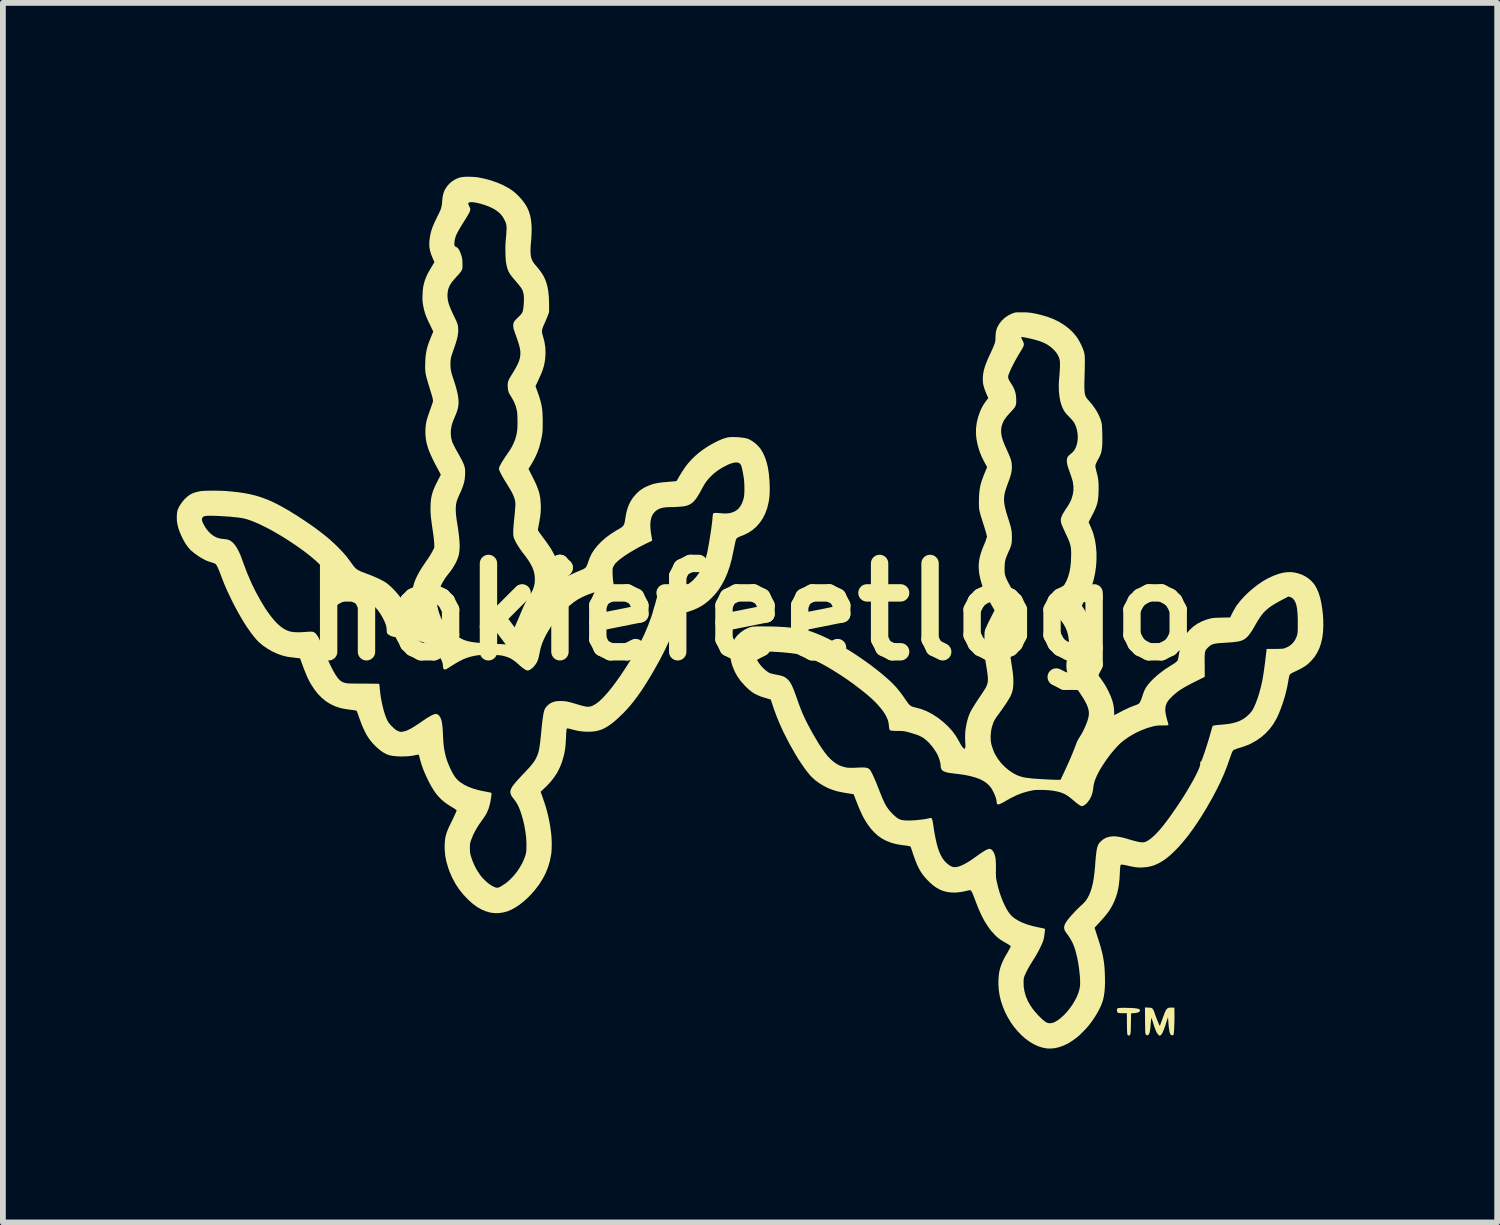
<source format=kicad_pcb>
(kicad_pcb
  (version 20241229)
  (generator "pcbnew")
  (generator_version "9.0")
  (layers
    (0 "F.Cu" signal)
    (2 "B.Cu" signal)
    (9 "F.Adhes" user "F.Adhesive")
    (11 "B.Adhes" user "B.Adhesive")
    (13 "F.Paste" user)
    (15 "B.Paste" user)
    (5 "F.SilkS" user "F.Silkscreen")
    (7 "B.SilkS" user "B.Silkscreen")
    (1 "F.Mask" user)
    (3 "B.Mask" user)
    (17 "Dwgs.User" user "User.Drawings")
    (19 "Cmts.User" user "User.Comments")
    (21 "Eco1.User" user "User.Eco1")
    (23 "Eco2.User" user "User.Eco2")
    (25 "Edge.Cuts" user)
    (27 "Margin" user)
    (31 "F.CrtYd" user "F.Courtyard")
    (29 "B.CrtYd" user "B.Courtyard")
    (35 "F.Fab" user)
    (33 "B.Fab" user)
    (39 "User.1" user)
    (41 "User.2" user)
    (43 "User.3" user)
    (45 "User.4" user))
  (footprint "hokiefeetlogo"
    (layer "F.Cu")
    (at 9.914 7.507)
    (property "Reference" "hokiefeetlogo" (at 0 0 0) (layer "F.SilkS") (effects (font (size 1.524 1.524) (thickness 0.3))))
    (attr board_only exclude_from_pos_files exclude_from_bom)
    (fp_poly (pts (xy 6.489 6.834) (xy 6.527 6.835) (xy 6.563 6.836) (xy 6.594 6.838) (xy 6.611 6.839) (xy 6.649 6.844) (xy 6.677 6.85) (xy 6.695 6.858) (xy 6.704 6.868) (xy 6.706 6.876) (xy 6.703 6.891) (xy 6.692 6.903) (xy 6.673 6.913) (xy 6.644 6.92) (xy 6.605 6.925) (xy 6.599 6.925) (xy 6.553 6.929) (xy 6.55 7.103) (xy 6.549 7.155) (xy 6.548 7.197) (xy 6.547 7.229) (xy 6.545 7.254) (xy 6.543 7.272) (xy 6.541 7.284) (xy 6.539 7.293) (xy 6.538 7.294) (xy 6.526 7.309) (xy 6.513 7.313) (xy 6.5 7.306) (xy 6.494 7.299) (xy 6.491 7.293) (xy 6.488 7.286) (xy 6.486 7.276) (xy 6.485 7.262) (xy 6.484 7.241) (xy 6.483 7.214) (xy 6.482 7.179) (xy 6.482 7.134) (xy 6.481 7.105) (xy 6.48 6.926) (xy 6.414 6.926) (xy 6.386 6.926) (xy 6.361 6.924) (xy 6.342 6.922) (xy 6.333 6.921) (xy 6.319 6.91) (xy 6.311 6.893) (xy 6.308 6.874) (xy 6.311 6.855) (xy 6.321 6.841) (xy 6.325 6.839) (xy 6.335 6.837) (xy 6.354 6.835) (xy 6.382 6.834) (xy 6.414 6.833) (xy 6.451 6.833)) (stroke (width 0) (type solid)) (fill yes) (layer "F.SilkS"))
    (fp_poly (pts (xy 6.847 6.829) (xy 6.875 6.83) (xy 6.896 6.833) (xy 6.912 6.838) (xy 6.924 6.849) (xy 6.935 6.864) (xy 6.946 6.888) (xy 6.958 6.92) (xy 6.964 6.938) (xy 6.977 6.975) (xy 6.992 7.013) (xy 7.006 7.051) (xy 7.019 7.082) (xy 7.02 7.085) (xy 7.032 7.112) (xy 7.039 7.129) (xy 7.045 7.139) (xy 7.048 7.141) (xy 7.051 7.138) (xy 7.053 7.135) (xy 7.057 7.125) (xy 7.064 7.106) (xy 7.073 7.08) (xy 7.085 7.049) (xy 7.097 7.015) (xy 7.099 7.008) (xy 7.118 6.959) (xy 7.133 6.919) (xy 7.147 6.888) (xy 7.16 6.865) (xy 7.173 6.849) (xy 7.187 6.838) (xy 7.203 6.832) (xy 7.222 6.829) (xy 7.244 6.829) (xy 7.255 6.829) (xy 7.3 6.831) (xy 7.301 6.915) (xy 7.302 6.954) (xy 7.302 6.997) (xy 7.301 7.042) (xy 7.3 7.088) (xy 7.298 7.133) (xy 7.297 7.176) (xy 7.295 7.215) (xy 7.292 7.248) (xy 7.29 7.273) (xy 7.288 7.29) (xy 7.286 7.295) (xy 7.275 7.306) (xy 7.259 7.308) (xy 7.24 7.3) (xy 7.24 7.299) (xy 7.231 7.289) (xy 7.223 7.272) (xy 7.216 7.247) (xy 7.21 7.213) (xy 7.204 7.169) (xy 7.199 7.116) (xy 7.195 7.058) (xy 7.193 7.033) (xy 7.192 7.013) (xy 7.19 7) (xy 7.189 6.997) (xy 7.187 7.003) (xy 7.182 7.018) (xy 7.175 7.041) (xy 7.165 7.069) (xy 7.155 7.102) (xy 7.155 7.103) (xy 7.135 7.164) (xy 7.116 7.214) (xy 7.1 7.253) (xy 7.084 7.282) (xy 7.071 7.299) (xy 7.067 7.302) (xy 7.054 7.311) (xy 7.043 7.313) (xy 7.032 7.306) (xy 7.017 7.291) (xy 7.017 7.29) (xy 7.004 7.274) (xy 6.992 7.252) (xy 6.979 7.225) (xy 6.966 7.19) (xy 6.95 7.146) (xy 6.934 7.096) (xy 6.925 7.066) (xy 6.916 7.04) (xy 6.909 7.021) (xy 6.904 7.009) (xy 6.903 7.007) (xy 6.901 7.013) (xy 6.899 7.028) (xy 6.897 7.051) (xy 6.894 7.08) (xy 6.892 7.105) (xy 6.887 7.161) (xy 6.882 7.206) (xy 6.877 7.241) (xy 6.87 7.267) (xy 6.862 7.286) (xy 6.856 7.295) (xy 6.839 7.306) (xy 6.823 7.307) (xy 6.809 7.296) (xy 6.806 7.293) (xy 6.804 7.288) (xy 6.801 7.281) (xy 6.8 7.272) (xy 6.798 7.259) (xy 6.797 7.24) (xy 6.796 7.216) (xy 6.796 7.184) (xy 6.795 7.143) (xy 6.794 7.093) (xy 6.794 7.052) (xy 6.792 6.827)) (stroke (width 0) (type solid)) (fill yes) (layer "F.SilkS"))
    (fp_poly (pts (xy -4.855 -7.507) (xy -4.807 -7.505) (xy -4.762 -7.502) (xy -4.722 -7.498) (xy -4.72 -7.497) (xy -4.608 -7.475) (xy -4.498 -7.446) (xy -4.392 -7.409) (xy -4.292 -7.367) (xy -4.2 -7.318) (xy -4.146 -7.285) (xy -4.094 -7.246) (xy -4.041 -7.199) (xy -3.99 -7.147) (xy -3.943 -7.092) (xy -3.903 -7.036) (xy -3.87 -6.982) (xy -3.867 -6.975) (xy -3.839 -6.911) (xy -3.817 -6.842) (xy -3.802 -6.767) (xy -3.793 -6.685) (xy -3.79 -6.596) (xy -3.793 -6.498) (xy -3.798 -6.42) (xy -3.805 -6.348) (xy -3.809 -6.286) (xy -3.81 -6.232) (xy -3.809 -6.186) (xy -3.805 -6.146) (xy -3.798 -6.111) (xy -3.787 -6.079) (xy -3.773 -6.049) (xy -3.754 -6.019) (xy -3.731 -5.989) (xy -3.704 -5.958) (xy -3.656 -5.9) (xy -3.615 -5.843) (xy -3.581 -5.786) (xy -3.553 -5.726) (xy -3.531 -5.662) (xy -3.514 -5.593) (xy -3.502 -5.518) (xy -3.494 -5.436) (xy -3.49 -5.343) (xy -3.49 -5.305) (xy -3.489 -5.174) (xy -3.51 -5.116) (xy -3.521 -5.087) (xy -3.536 -5.052) (xy -3.551 -5.016) (xy -3.563 -4.988) (xy -3.583 -4.945) (xy -3.597 -4.91) (xy -3.606 -4.88) (xy -3.612 -4.855) (xy -3.612 -4.832) (xy -3.609 -4.808) (xy -3.603 -4.782) (xy -3.596 -4.76) (xy -3.57 -4.662) (xy -3.554 -4.561) (xy -3.551 -4.459) (xy -3.558 -4.355) (xy -3.571 -4.28) (xy -3.581 -4.235) (xy -3.595 -4.19) (xy -3.612 -4.141) (xy -3.634 -4.088) (xy -3.662 -4.027) (xy -3.669 -4.01) (xy -3.724 -3.894) (xy -3.689 -3.796) (xy -3.664 -3.726) (xy -3.645 -3.664) (xy -3.629 -3.607) (xy -3.618 -3.551) (xy -3.609 -3.495) (xy -3.604 -3.436) (xy -3.601 -3.371) (xy -3.599 -3.298) (xy -3.599 -3.275) (xy -3.6 -3.224) (xy -3.6 -3.183) (xy -3.601 -3.149) (xy -3.602 -3.121) (xy -3.604 -3.097) (xy -3.607 -3.074) (xy -3.61 -3.051) (xy -3.612 -3.04) (xy -3.634 -2.935) (xy -3.66 -2.837) (xy -3.693 -2.746) (xy -3.733 -2.658) (xy -3.781 -2.57) (xy -3.804 -2.531) (xy -3.845 -2.467) (xy -3.774 -2.326) (xy -3.739 -2.256) (xy -3.71 -2.192) (xy -3.687 -2.135) (xy -3.668 -2.081) (xy -3.654 -2.029) (xy -3.644 -1.977) (xy -3.638 -1.924) (xy -3.634 -1.867) (xy -3.633 -1.85) (xy -3.632 -1.802) (xy -3.633 -1.758) (xy -3.635 -1.714) (xy -3.64 -1.667) (xy -3.647 -1.617) (xy -3.657 -1.558) (xy -3.663 -1.525) (xy -3.67 -1.491) (xy -3.675 -1.46) (xy -3.679 -1.436) (xy -3.682 -1.418) (xy -3.683 -1.41) (xy -3.68 -1.404) (xy -3.67 -1.389) (xy -3.656 -1.367) (xy -3.637 -1.341) (xy -3.614 -1.31) (xy -3.59 -1.276) (xy -3.589 -1.276) (xy -3.549 -1.222) (xy -3.516 -1.176) (xy -3.488 -1.135) (xy -3.463 -1.098) (xy -3.442 -1.062) (xy -3.422 -1.026) (xy -3.402 -0.988) (xy -3.387 -0.958) (xy -3.358 -0.895) (xy -3.335 -0.838) (xy -3.319 -0.785) (xy -3.307 -0.734) (xy -3.299 -0.682) (xy -3.296 -0.633) (xy -3.292 -0.556) (xy -3.168 -0.617) (xy -3.127 -0.636) (xy -3.083 -0.657) (xy -3.04 -0.676) (xy -3.001 -0.693) (xy -2.968 -0.707) (xy -2.961 -0.71) (xy -2.922 -0.726) (xy -2.893 -0.739) (xy -2.872 -0.753) (xy -2.855 -0.768) (xy -2.843 -0.787) (xy -2.832 -0.811) (xy -2.821 -0.842) (xy -2.817 -0.855) (xy -2.787 -0.936) (xy -2.751 -1.01) (xy -2.712 -1.07) (xy -2.654 -1.143) (xy -2.587 -1.213) (xy -2.512 -1.279) (xy -2.426 -1.342) (xy -2.33 -1.403) (xy -2.302 -1.419) (xy -2.266 -1.44) (xy -2.239 -1.458) (xy -2.218 -1.475) (xy -2.204 -1.494) (xy -2.193 -1.517) (xy -2.185 -1.545) (xy -2.179 -1.581) (xy -2.174 -1.61) (xy -2.159 -1.7) (xy -2.138 -1.78) (xy -2.111 -1.852) (xy -2.077 -1.917) (xy -2.037 -1.977) (xy -1.989 -2.032) (xy -1.968 -2.053) (xy -1.93 -2.087) (xy -1.892 -2.115) (xy -1.85 -2.141) (xy -1.805 -2.163) (xy -1.763 -2.181) (xy -1.721 -2.197) (xy -1.677 -2.21) (xy -1.628 -2.22) (xy -1.574 -2.229) (xy -1.513 -2.236) (xy -1.442 -2.242) (xy -1.419 -2.244) (xy -1.382 -2.247) (xy -1.349 -2.25) (xy -1.322 -2.252) (xy -1.302 -2.255) (xy -1.292 -2.257) (xy -1.291 -2.257) (xy -1.286 -2.263) (xy -1.278 -2.278) (xy -1.265 -2.299) (xy -1.251 -2.324) (xy -1.245 -2.334) (xy -1.194 -2.418) (xy -1.144 -2.493) (xy -1.092 -2.561) (xy -1.037 -2.623) (xy -0.977 -2.682) (xy -0.915 -2.736) (xy -0.863 -2.777) (xy -0.806 -2.817) (xy -0.747 -2.856) (xy -0.685 -2.892) (xy -0.624 -2.925) (xy -0.564 -2.954) (xy -0.507 -2.979) (xy -0.455 -2.997) (xy -0.41 -3.009) (xy -0.397 -3.011) (xy -0.361 -3.015) (xy -0.317 -3.016) (xy -0.269 -3.015) (xy -0.219 -3.012) (xy -0.17 -3.007) (xy -0.124 -3.001) (xy -0.086 -2.993) (xy -0.065 -2.988) (xy -0.025 -2.97) (xy 0.018 -2.945) (xy 0.061 -2.913) (xy 0.102 -2.877) (xy 0.138 -2.838) (xy 0.159 -2.812) (xy 0.2 -2.745) (xy 0.235 -2.668) (xy 0.264 -2.582) (xy 0.287 -2.486) (xy 0.303 -2.381) (xy 0.313 -2.267) (xy 0.317 -2.186) (xy 0.318 -2.122) (xy 0.317 -2.067) (xy 0.315 -2.018) (xy 0.311 -1.972) (xy 0.305 -1.927) (xy 0.296 -1.88) (xy 0.295 -1.874) (xy 0.271 -1.779) (xy 0.238 -1.692) (xy 0.197 -1.611) (xy 0.147 -1.538) (xy 0.091 -1.473) (xy 0.026 -1.416) (xy -0.045 -1.368) (xy -0.122 -1.329) (xy -0.144 -1.32) (xy -0.181 -1.306) (xy -0.208 -1.295) (xy -0.227 -1.285) (xy -0.241 -1.277) (xy -0.251 -1.269) (xy -0.256 -1.262) (xy -0.261 -1.253) (xy -0.267 -1.238) (xy -0.273 -1.216) (xy -0.28 -1.187) (xy -0.288 -1.149) (xy -0.298 -1.102) (xy -0.309 -1.045) (xy -0.31 -1.042) (xy -0.338 -0.909) (xy -0.372 -0.785) (xy -0.412 -0.67) (xy -0.457 -0.565) (xy -0.508 -0.469) (xy -0.564 -0.381) (xy -0.627 -0.301) (xy -0.693 -0.232) (xy -0.75 -0.18) (xy -0.806 -0.136) (xy -0.865 -0.098) (xy -0.928 -0.064) (xy -0.996 -0.034) (xy -1.072 -0.007) (xy -1.158 0.018) (xy -1.178 0.023) (xy -1.205 0.03) (xy -1.228 0.037) (xy -1.244 0.042) (xy -1.251 0.045) (xy -1.251 0.045) (xy -1.254 0.052) (xy -1.259 0.068) (xy -1.267 0.091) (xy -1.275 0.119) (xy -1.282 0.142) (xy -1.323 0.265) (xy -1.372 0.395) (xy -1.431 0.531) (xy -1.499 0.674) (xy -1.576 0.824) (xy -1.663 0.98) (xy -1.707 1.057) (xy -1.775 1.171) (xy -1.84 1.275) (xy -1.903 1.37) (xy -1.964 1.457) (xy -2.024 1.537) (xy -2.084 1.611) (xy -2.145 1.681) (xy -2.206 1.746) (xy -2.245 1.783) (xy -2.311 1.846) (xy -2.372 1.899) (xy -2.43 1.943) (xy -2.484 1.98) (xy -2.536 2.01) (xy -2.588 2.033) (xy -2.64 2.049) (xy -2.694 2.061) (xy -2.751 2.067) (xy -2.812 2.069) (xy -2.812 2.069) (xy -2.867 2.068) (xy -2.919 2.064) (xy -2.971 2.057) (xy -3.026 2.046) (xy -3.084 2.032) (xy -3.118 2.023) (xy -3.143 2.017) (xy -3.16 2.013) (xy -3.171 2.011) (xy -3.178 2.012) (xy -3.181 2.014) (xy -3.184 2.019) (xy -3.186 2.022) (xy -3.188 2.033) (xy -3.191 2.056) (xy -3.194 2.089) (xy -3.196 2.132) (xy -3.197 2.163) (xy -3.201 2.234) (xy -3.205 2.296) (xy -3.211 2.352) (xy -3.219 2.404) (xy -3.229 2.455) (xy -3.24 2.499) (xy -3.269 2.598) (xy -3.306 2.689) (xy -3.349 2.774) (xy -3.402 2.855) (xy -3.463 2.933) (xy -3.535 3.01) (xy -3.566 3.04) (xy -3.636 3.105) (xy -3.615 3.161) (xy -3.581 3.259) (xy -3.551 3.349) (xy -3.527 3.434) (xy -3.506 3.518) (xy -3.488 3.602) (xy -3.472 3.689) (xy -3.459 3.783) (xy -3.454 3.822) (xy -3.449 3.872) (xy -3.446 3.927) (xy -3.444 3.986) (xy -3.444 4.045) (xy -3.446 4.1) (xy -3.449 4.151) (xy -3.454 4.19) (xy -3.476 4.3) (xy -3.507 4.405) (xy -3.547 4.506) (xy -3.598 4.604) (xy -3.658 4.7) (xy -3.73 4.795) (xy -3.783 4.857) (xy -3.852 4.929) (xy -3.924 4.994) (xy -3.997 5.052) (xy -4.071 5.101) (xy -4.143 5.141) (xy -4.208 5.168) (xy -4.279 5.187) (xy -4.352 5.198) (xy -4.426 5.199) (xy -4.496 5.191) (xy -4.506 5.189) (xy -4.582 5.167) (xy -4.658 5.135) (xy -4.732 5.092) (xy -4.806 5.038) (xy -4.88 4.973) (xy -4.883 4.97) (xy -4.966 4.883) (xy -5.04 4.791) (xy -5.105 4.693) (xy -5.161 4.588) (xy -5.21 4.475) (xy -5.229 4.421) (xy -5.261 4.313) (xy -5.282 4.206) (xy -5.291 4.1) (xy -5.291 4.019) (xy -5.288 3.968) (xy -5.284 3.922) (xy -5.276 3.88) (xy -5.266 3.838) (xy -5.251 3.795) (xy -5.233 3.749) (xy -5.209 3.696) (xy -5.188 3.653) (xy -5.164 3.605) (xy -5.143 3.56) (xy -5.124 3.519) (xy -5.108 3.485) (xy -5.096 3.457) (xy -5.088 3.437) (xy -5.085 3.426) (xy -5.085 3.425) (xy -5.089 3.42) (xy -5.102 3.41) (xy -5.122 3.396) (xy -5.147 3.381) (xy -5.161 3.373) (xy -5.23 3.33) (xy -5.29 3.287) (xy -5.344 3.242) (xy -5.393 3.193) (xy -5.438 3.14) (xy -5.48 3.08) (xy -5.521 3.012) (xy -5.563 2.935) (xy -5.564 2.933) (xy -5.605 2.848) (xy -5.64 2.77) (xy -5.669 2.697) (xy -5.693 2.627) (xy -5.713 2.558) (xy -5.719 2.537) (xy -5.725 2.51) (xy -5.731 2.488) (xy -5.736 2.472) (xy -5.739 2.465) (xy -5.746 2.465) (xy -5.762 2.466) (xy -5.784 2.47) (xy -5.811 2.476) (xy -5.812 2.476) (xy -5.864 2.486) (xy -5.923 2.492) (xy -5.987 2.495) (xy -6.051 2.496) (xy -6.114 2.493) (xy -6.173 2.488) (xy -6.224 2.479) (xy -6.24 2.476) (xy -6.294 2.457) (xy -6.35 2.427) (xy -6.408 2.386) (xy -6.467 2.335) (xy -6.492 2.311) (xy -6.534 2.267) (xy -6.572 2.221) (xy -6.607 2.173) (xy -6.64 2.121) (xy -6.67 2.063) (xy -6.7 1.999) (xy -6.73 1.927) (xy -6.76 1.845) (xy -6.776 1.801) (xy -6.786 1.771) (xy -6.796 1.744) (xy -6.803 1.723) (xy -6.809 1.71) (xy -6.81 1.707) (xy -6.817 1.705) (xy -6.833 1.702) (xy -6.857 1.698) (xy -6.888 1.693) (xy -6.922 1.689) (xy -6.927 1.688) (xy -6.966 1.683) (xy -7.006 1.677) (xy -7.042 1.67) (xy -7.073 1.664) (xy -7.093 1.659) (xy -7.181 1.63) (xy -7.264 1.591) (xy -7.341 1.543) (xy -7.412 1.484) (xy -7.479 1.416) (xy -7.541 1.337) (xy -7.599 1.247) (xy -7.613 1.223) (xy -7.633 1.185) (xy -7.653 1.145) (xy -7.673 1.101) (xy -7.693 1.051) (xy -7.716 0.994) (xy -7.741 0.927) (xy -7.745 0.916) (xy -7.787 0.802) (xy -7.877 0.792) (xy -7.912 0.788) (xy -7.948 0.783) (xy -7.981 0.779) (xy -8.007 0.775) (xy -8.013 0.774) (xy -8.097 0.753) (xy -8.182 0.722) (xy -8.267 0.683) (xy -8.348 0.636) (xy -8.425 0.584) (xy -8.493 0.526) (xy -8.501 0.519) (xy -8.546 0.472) (xy -8.594 0.414) (xy -8.644 0.348) (xy -8.696 0.273) (xy -8.749 0.192) (xy -8.802 0.104) (xy -8.855 0.011) (xy -8.908 -0.086) (xy -8.959 -0.186) (xy -9.008 -0.288) (xy -9.056 -0.391) (xy -9.1 -0.494) (xy -9.14 -0.597) (xy -9.15 -0.623) (xy -9.17 -0.677) (xy -9.188 -0.721) (xy -9.203 -0.756) (xy -9.216 -0.783) (xy -9.227 -0.803) (xy -9.237 -0.818) (xy -9.247 -0.827) (xy -9.248 -0.828) (xy -9.261 -0.834) (xy -9.281 -0.842) (xy -9.305 -0.85) (xy -9.316 -0.854) (xy -9.345 -0.863) (xy -9.376 -0.873) (xy -9.402 -0.884) (xy -9.407 -0.886) (xy -9.461 -0.913) (xy -9.517 -0.946) (xy -9.572 -0.983) (xy -9.624 -1.022) (xy -9.669 -1.06) (xy -9.69 -1.081) (xy -9.73 -1.129) (xy -9.769 -1.186) (xy -9.805 -1.25) (xy -9.838 -1.318) (xy -9.867 -1.388) (xy -9.89 -1.457) (xy -9.905 -1.523) (xy -9.906 -1.529) (xy -9.912 -1.573) (xy -9.912 -1.595) (xy -9.48 -1.595) (xy -9.475 -1.564) (xy -9.46 -1.527) (xy -9.458 -1.523) (xy -9.419 -1.454) (xy -9.376 -1.396) (xy -9.329 -1.348) (xy -9.286 -1.315) (xy -9.245 -1.291) (xy -9.204 -1.274) (xy -9.158 -1.263) (xy -9.109 -1.257) (xy -9.082 -1.254) (xy -9.057 -1.251) (xy -9.037 -1.247) (xy -9.029 -1.246) (xy -8.99 -1.228) (xy -8.952 -1.199) (xy -8.915 -1.159) (xy -8.879 -1.108) (xy -8.846 -1.046) (xy -8.826 -1.003) (xy -8.817 -0.982) (xy -8.805 -0.952) (xy -8.792 -0.917) (xy -8.778 -0.878) (xy -8.764 -0.84) (xy -8.763 -0.837) (xy -8.7 -0.67) (xy -8.63 -0.507) (xy -8.554 -0.35) (xy -8.472 -0.201) (xy -8.387 -0.06) (xy -8.356 -0.014) (xy -8.296 0.069) (xy -8.237 0.142) (xy -8.18 0.203) (xy -8.123 0.253) (xy -8.082 0.283) (xy -8.044 0.306) (xy -8.007 0.323) (xy -7.968 0.337) (xy -7.926 0.346) (xy -7.879 0.351) (xy -7.825 0.353) (xy -7.764 0.352) (xy -7.693 0.347) (xy -7.685 0.347) (xy -7.652 0.344) (xy -7.622 0.343) (xy -7.596 0.343) (xy -7.577 0.343) (xy -7.574 0.344) (xy -7.555 0.349) (xy -7.538 0.358) (xy -7.52 0.371) (xy -7.503 0.391) (xy -7.485 0.417) (xy -7.466 0.449) (xy -7.446 0.49) (xy -7.424 0.539) (xy -7.4 0.597) (xy -7.373 0.665) (xy -7.355 0.712) (xy -7.337 0.759) (xy -7.315 0.809) (xy -7.291 0.863) (xy -7.266 0.916) (xy -7.24 0.968) (xy -7.215 1.016) (xy -7.192 1.057) (xy -7.172 1.09) (xy -7.17 1.093) (xy -7.14 1.136) (xy -7.111 1.17) (xy -7.082 1.195) (xy -7.051 1.213) (xy -7.017 1.225) (xy -6.977 1.233) (xy -6.976 1.233) (xy -6.96 1.235) (xy -6.933 1.236) (xy -6.897 1.237) (xy -6.853 1.238) (xy -6.803 1.239) (xy -6.747 1.239) (xy -6.687 1.239) (xy -6.677 1.239) (xy -6.624 1.239) (xy -6.575 1.24) (xy -6.53 1.24) (xy -6.491 1.241) (xy -6.46 1.241) (xy -6.437 1.242) (xy -6.423 1.243) (xy -6.42 1.244) (xy -6.419 1.251) (xy -6.417 1.267) (xy -6.414 1.291) (xy -6.412 1.319) (xy -6.411 1.329) (xy -6.403 1.401) (xy -6.393 1.474) (xy -6.379 1.549) (xy -6.363 1.621) (xy -6.346 1.691) (xy -6.327 1.756) (xy -6.307 1.813) (xy -6.286 1.863) (xy -6.273 1.888) (xy -6.258 1.912) (xy -6.236 1.939) (xy -6.21 1.968) (xy -6.182 1.995) (xy -6.155 2.02) (xy -6.131 2.038) (xy -6.118 2.046) (xy -6.089 2.06) (xy -6.065 2.068) (xy -6.043 2.071) (xy -6.02 2.069) (xy -5.996 2.064) (xy -5.966 2.056) (xy -5.934 2.044) (xy -5.899 2.027) (xy -5.86 2.006) (xy -5.815 1.979) (xy -5.765 1.947) (xy -5.707 1.908) (xy -5.658 1.874) (xy -5.608 1.84) (xy -5.562 1.812) (xy -5.522 1.789) (xy -5.488 1.773) (xy -5.466 1.766) (xy -5.44 1.762) (xy -5.417 1.768) (xy -5.396 1.783) (xy -5.383 1.796) (xy -5.369 1.818) (xy -5.356 1.845) (xy -5.345 1.879) (xy -5.337 1.92) (xy -5.33 1.97) (xy -5.325 2.03) (xy -5.321 2.099) (xy -5.32 2.14) (xy -5.314 2.244) (xy -5.304 2.34) (xy -5.288 2.43) (xy -5.267 2.515) (xy -5.239 2.598) (xy -5.205 2.68) (xy -5.174 2.745) (xy -5.157 2.776) (xy -5.14 2.807) (xy -5.123 2.834) (xy -5.108 2.855) (xy -5.108 2.856) (xy -5.067 2.903) (xy -5.015 2.945) (xy -4.954 2.984) (xy -4.883 3.019) (xy -4.803 3.049) (xy -4.714 3.075) (xy -4.634 3.093) (xy -4.6 3.099) (xy -4.568 3.106) (xy -4.54 3.111) (xy -4.519 3.115) (xy -4.513 3.116) (xy -4.5 3.119) (xy -4.491 3.122) (xy -4.486 3.127) (xy -4.483 3.136) (xy -4.483 3.15) (xy -4.486 3.173) (xy -4.49 3.204) (xy -4.491 3.213) (xy -4.508 3.307) (xy -4.532 3.393) (xy -4.565 3.47) (xy -4.578 3.495) (xy -4.589 3.513) (xy -4.605 3.537) (xy -4.624 3.565) (xy -4.644 3.593) (xy -4.65 3.602) (xy -4.709 3.686) (xy -4.758 3.768) (xy -4.799 3.848) (xy -4.831 3.927) (xy -4.835 3.937) (xy -4.843 3.963) (xy -4.849 3.983) (xy -4.853 4.001) (xy -4.855 4.02) (xy -4.856 4.044) (xy -4.856 4.075) (xy -4.856 4.077) (xy -4.855 4.114) (xy -4.853 4.144) (xy -4.85 4.169) (xy -4.845 4.194) (xy -4.842 4.204) (xy -4.816 4.284) (xy -4.782 4.366) (xy -4.741 4.446) (xy -4.694 4.519) (xy -4.676 4.545) (xy -4.636 4.594) (xy -4.591 4.639) (xy -4.545 4.68) (xy -4.498 4.714) (xy -4.452 4.74) (xy -4.418 4.755) (xy -4.398 4.76) (xy -4.38 4.761) (xy -4.362 4.757) (xy -4.339 4.748) (xy -4.311 4.732) (xy -4.301 4.726) (xy -4.233 4.681) (xy -4.168 4.625) (xy -4.106 4.561) (xy -4.048 4.49) (xy -3.997 4.415) (xy -3.952 4.336) (xy -3.916 4.255) (xy -3.905 4.223) (xy -3.895 4.193) (xy -3.889 4.167) (xy -3.885 4.143) (xy -3.882 4.113) (xy -3.881 4.089) (xy -3.88 3.996) (xy -3.885 3.896) (xy -3.898 3.793) (xy -3.916 3.689) (xy -3.94 3.586) (xy -3.969 3.487) (xy -3.97 3.484) (xy -3.992 3.421) (xy -4.014 3.366) (xy -4.037 3.32) (xy -4.062 3.279) (xy -4.089 3.241) (xy -4.104 3.223) (xy -4.13 3.189) (xy -4.148 3.155) (xy -4.157 3.124) (xy -4.158 3.112) (xy -4.157 3.093) (xy -4.152 3.073) (xy -4.144 3.052) (xy -4.132 3.029) (xy -4.115 3.002) (xy -4.092 2.973) (xy -4.064 2.938) (xy -4.029 2.899) (xy -3.987 2.853) (xy -3.937 2.8) (xy -3.918 2.78) (xy -3.871 2.73) (xy -3.831 2.687) (xy -3.799 2.65) (xy -3.772 2.616) (xy -3.75 2.586) (xy -3.731 2.557) (xy -3.715 2.528) (xy -3.71 2.516) (xy -3.697 2.488) (xy -3.685 2.459) (xy -3.675 2.428) (xy -3.667 2.395) (xy -3.659 2.357) (xy -3.652 2.313) (xy -3.645 2.262) (xy -3.638 2.203) (xy -3.631 2.134) (xy -3.628 2.105) (xy -3.62 2.019) (xy -3.612 1.945) (xy -3.605 1.88) (xy -3.597 1.825) (xy -3.59 1.779) (xy -3.583 1.741) (xy -3.575 1.711) (xy -3.568 1.688) (xy -3.562 1.675) (xy -3.542 1.644) (xy -3.515 1.615) (xy -3.484 1.589) (xy -3.464 1.576) (xy -3.424 1.558) (xy -3.383 1.546) (xy -3.337 1.54) (xy -3.292 1.539) (xy -3.255 1.54) (xy -3.219 1.543) (xy -3.182 1.548) (xy -3.141 1.557) (xy -3.095 1.569) (xy -3.041 1.585) (xy -3.024 1.59) (xy -2.967 1.607) (xy -2.919 1.62) (xy -2.88 1.63) (xy -2.847 1.636) (xy -2.818 1.638) (xy -2.793 1.636) (xy -2.77 1.632) (xy -2.748 1.624) (xy -2.726 1.614) (xy -2.68 1.587) (xy -2.63 1.549) (xy -2.576 1.499) (xy -2.519 1.439) (xy -2.457 1.368) (xy -2.392 1.286) (xy -2.323 1.193) (xy -2.25 1.09) (xy -2.182 0.987) (xy -2.082 0.83) (xy -1.993 0.677) (xy -1.913 0.528) (xy -1.843 0.382) (xy -1.782 0.238) (xy -1.729 0.096) (xy -1.721 0.072) (xy -1.712 0.045) (xy -1.701 0.008) (xy -1.689 -0.035) (xy -1.675 -0.083) (xy -1.66 -0.133) (xy -1.646 -0.184) (xy -1.641 -0.204) (xy -1.59 -0.393) (xy -1.456 -0.392) (xy -1.412 -0.392) (xy -1.377 -0.392) (xy -1.349 -0.393) (xy -1.327 -0.394) (xy -1.308 -0.396) (xy -1.29 -0.399) (xy -1.272 -0.403) (xy -1.269 -0.404) (xy -1.197 -0.425) (xy -1.132 -0.453) (xy -1.073 -0.489) (xy -1.016 -0.535) (xy -1.003 -0.547) (xy -0.949 -0.606) (xy -0.9 -0.674) (xy -0.856 -0.752) (xy -0.817 -0.837) (xy -0.785 -0.928) (xy -0.76 -1.026) (xy -0.756 -1.043) (xy -0.746 -1.1) (xy -0.734 -1.163) (xy -0.723 -1.23) (xy -0.712 -1.299) (xy -0.701 -1.368) (xy -0.691 -1.434) (xy -0.683 -1.496) (xy -0.676 -1.551) (xy -0.671 -1.597) (xy -0.671 -1.6) (xy -0.669 -1.629) (xy -0.666 -1.654) (xy -0.664 -1.674) (xy -0.662 -1.684) (xy -0.658 -1.695) (xy -0.65 -1.702) (xy -0.635 -1.706) (xy -0.613 -1.707) (xy -0.581 -1.706) (xy -0.56 -1.704) (xy -0.502 -1.699) (xy -0.453 -1.697) (xy -0.411 -1.699) (xy -0.375 -1.703) (xy -0.364 -1.705) (xy -0.309 -1.722) (xy -0.262 -1.747) (xy -0.221 -1.781) (xy -0.187 -1.824) (xy -0.159 -1.876) (xy -0.138 -1.938) (xy -0.126 -1.986) (xy -0.123 -2.012) (xy -0.121 -2.047) (xy -0.119 -2.089) (xy -0.119 -2.134) (xy -0.12 -2.181) (xy -0.122 -2.227) (xy -0.125 -2.269) (xy -0.129 -2.304) (xy -0.13 -2.311) (xy -0.138 -2.359) (xy -0.146 -2.406) (xy -0.155 -2.449) (xy -0.164 -2.486) (xy -0.172 -2.515) (xy -0.178 -2.532) (xy -0.195 -2.556) (xy -0.218 -2.571) (xy -0.25 -2.578) (xy -0.288 -2.576) (xy -0.334 -2.565) (xy -0.387 -2.546) (xy -0.431 -2.525) (xy -0.512 -2.482) (xy -0.584 -2.435) (xy -0.649 -2.384) (xy -0.692 -2.343) (xy -0.724 -2.311) (xy -0.75 -2.281) (xy -0.773 -2.253) (xy -0.795 -2.222) (xy -0.816 -2.188) (xy -0.839 -2.147) (xy -0.861 -2.106) (xy -0.895 -2.045) (xy -0.926 -1.993) (xy -0.955 -1.95) (xy -0.984 -1.915) (xy -1.012 -1.887) (xy -1.042 -1.865) (xy -1.073 -1.847) (xy -1.108 -1.834) (xy -1.132 -1.827) (xy -1.157 -1.822) (xy -1.192 -1.818) (xy -1.233 -1.814) (xy -1.279 -1.811) (xy -1.328 -1.808) (xy -1.378 -1.807) (xy -1.399 -1.807) (xy -1.461 -1.805) (xy -1.514 -1.799) (xy -1.559 -1.788) (xy -1.598 -1.773) (xy -1.633 -1.752) (xy -1.659 -1.731) (xy -1.69 -1.696) (xy -1.714 -1.656) (xy -1.73 -1.609) (xy -1.74 -1.554) (xy -1.743 -1.492) (xy -1.739 -1.421) (xy -1.729 -1.343) (xy -1.723 -1.311) (xy -1.719 -1.283) (xy -1.715 -1.26) (xy -1.712 -1.245) (xy -1.711 -1.241) (xy -1.711 -1.233) (xy -1.715 -1.226) (xy -1.727 -1.219) (xy -1.741 -1.213) (xy -1.809 -1.181) (xy -1.881 -1.145) (xy -1.955 -1.106) (xy -2.027 -1.065) (xy -2.095 -1.025) (xy -2.156 -0.986) (xy -2.175 -0.974) (xy -2.228 -0.936) (xy -2.272 -0.903) (xy -2.308 -0.872) (xy -2.337 -0.844) (xy -2.359 -0.817) (xy -2.375 -0.79) (xy -2.379 -0.782) (xy -2.386 -0.768) (xy -2.39 -0.756) (xy -2.392 -0.742) (xy -2.394 -0.724) (xy -2.394 -0.7) (xy -2.394 -0.672) (xy -2.393 -0.631) (xy -2.39 -0.587) (xy -2.386 -0.542) (xy -2.38 -0.499) (xy -2.375 -0.461) (xy -2.369 -0.43) (xy -2.365 -0.418) (xy -2.361 -0.4) (xy -2.361 -0.388) (xy -2.368 -0.381) (xy -2.382 -0.378) (xy -2.406 -0.378) (xy -2.423 -0.379) (xy -2.48 -0.38) (xy -2.543 -0.374) (xy -2.612 -0.361) (xy -2.688 -0.341) (xy -2.744 -0.324) (xy -2.837 -0.29) (xy -2.92 -0.253) (xy -2.995 -0.212) (xy -3.064 -0.166) (xy -3.067 -0.163) (xy -3.153 -0.094) (xy -3.237 -0.014) (xy -3.317 0.073) (xy -3.393 0.166) (xy -3.462 0.263) (xy -3.523 0.363) (xy -3.559 0.431) (xy -3.587 0.491) (xy -3.609 0.546) (xy -3.627 0.599) (xy -3.642 0.655) (xy -3.652 0.704) (xy -3.662 0.752) (xy -3.671 0.792) (xy -3.681 0.824) (xy -3.691 0.851) (xy -3.703 0.876) (xy -3.718 0.9) (xy -3.718 0.9) (xy -3.747 0.938) (xy -3.777 0.969) (xy -3.807 0.992) (xy -3.836 1.008) (xy -3.863 1.013) (xy -3.864 1.013) (xy -3.879 1.009) (xy -3.9 0.998) (xy -3.927 0.981) (xy -3.958 0.958) (xy -3.991 0.93) (xy -4.02 0.904) (xy -4.067 0.863) (xy -4.111 0.831) (xy -4.153 0.805) (xy -4.197 0.785) (xy -4.246 0.769) (xy -4.302 0.755) (xy -4.303 0.755) (xy -4.329 0.751) (xy -4.365 0.748) (xy -4.408 0.745) (xy -4.455 0.744) (xy -4.505 0.742) (xy -4.556 0.742) (xy -4.605 0.743) (xy -4.65 0.744) (xy -4.688 0.747) (xy -4.712 0.749) (xy -4.781 0.76) (xy -4.846 0.775) (xy -4.908 0.794) (xy -4.97 0.819) (xy -5.033 0.85) (xy -5.099 0.887) (xy -5.17 0.931) (xy -5.206 0.954) (xy -5.233 0.971) (xy -5.254 0.983) (xy -5.27 0.99) (xy -5.282 0.994) (xy -5.291 0.995) (xy -5.297 0.994) (xy -5.305 0.99) (xy -5.311 0.984) (xy -5.315 0.972) (xy -5.319 0.953) (xy -5.322 0.924) (xy -5.322 0.922) (xy -5.325 0.898) (xy -5.33 0.878) (xy -5.337 0.857) (xy -5.348 0.831) (xy -5.359 0.809) (xy -5.386 0.757) (xy -5.414 0.713) (xy -5.447 0.673) (xy -5.486 0.633) (xy -5.486 0.633) (xy -5.54 0.59) (xy -5.602 0.553) (xy -5.672 0.522) (xy -5.752 0.497) (xy -5.84 0.478) (xy -5.93 0.466) (xy -5.996 0.459) (xy -6.052 0.452) (xy -6.098 0.445) (xy -6.137 0.439) (xy -6.169 0.432) (xy -6.195 0.425) (xy -6.217 0.417) (xy -6.235 0.409) (xy -6.24 0.406) (xy -6.263 0.392) (xy -6.278 0.378) (xy -6.287 0.36) (xy -6.291 0.336) (xy -6.292 0.308) (xy -6.295 0.272) (xy -6.303 0.234) (xy -6.317 0.194) (xy -6.337 0.149) (xy -6.356 0.111) (xy -6.397 0.039) (xy -6.44 -0.023) (xy -6.485 -0.075) (xy -6.533 -0.12) (xy -6.586 -0.159) (xy -6.636 -0.188) (xy -6.698 -0.216) (xy -6.763 -0.239) (xy -6.835 -0.258) (xy -6.915 -0.273) (xy -7.004 -0.285) (xy -7.016 -0.286) (xy -7.05 -0.29) (xy -7.083 -0.293) (xy -7.111 -0.296) (xy -7.131 -0.298) (xy -7.138 -0.299) (xy -7.168 -0.302) (xy -7.175 -0.349) (xy -7.183 -0.396) (xy -7.192 -0.435) (xy -7.203 -0.471) (xy -7.217 -0.507) (xy -7.23 -0.536) (xy -7.268 -0.603) (xy -7.316 -0.672) (xy -7.376 -0.744) (xy -7.446 -0.817) (xy -7.528 -0.893) (xy -7.622 -0.972) (xy -7.726 -1.052) (xy -7.842 -1.135) (xy -7.969 -1.22) (xy -8.01 -1.247) (xy -8.11 -1.309) (xy -8.207 -1.366) (xy -8.301 -1.419) (xy -8.392 -1.466) (xy -8.478 -1.508) (xy -8.559 -1.544) (xy -8.634 -1.574) (xy -8.702 -1.597) (xy -8.763 -1.613) (xy -8.792 -1.618) (xy -8.838 -1.625) (xy -8.889 -1.631) (xy -8.944 -1.636) (xy -9.001 -1.642) (xy -9.061 -1.646) (xy -9.12 -1.65) (xy -9.179 -1.653) (xy -9.234 -1.656) (xy -9.286 -1.657) (xy -9.333 -1.658) (xy -9.373 -1.657) (xy -9.405 -1.656) (xy -9.427 -1.653) (xy -9.435 -1.651) (xy -9.46 -1.638) (xy -9.475 -1.619) (xy -9.48 -1.595) (xy -9.912 -1.595) (xy -9.914 -1.621) (xy -9.912 -1.67) (xy -9.908 -1.715) (xy -9.9 -1.753) (xy -9.898 -1.761) (xy -9.885 -1.791) (xy -9.866 -1.827) (xy -9.841 -1.865) (xy -9.813 -1.904) (xy -9.783 -1.939) (xy -9.779 -1.944) (xy -9.732 -1.988) (xy -9.682 -2.024) (xy -9.626 -2.051) (xy -9.564 -2.07) (xy -9.504 -2.082) (xy -9.477 -2.085) (xy -9.44 -2.087) (xy -9.396 -2.089) (xy -9.346 -2.09) (xy -9.293 -2.09) (xy -9.238 -2.09) (xy -9.184 -2.089) (xy -9.132 -2.088) (xy -9.084 -2.085) (xy -9.078 -2.085) (xy -8.96 -2.075) (xy -8.85 -2.063) (xy -8.747 -2.048) (xy -8.649 -2.029) (xy -8.555 -2.006) (xy -8.463 -1.978) (xy -8.372 -1.945) (xy -8.28 -1.906) (xy -8.187 -1.861) (xy -8.09 -1.809) (xy -7.988 -1.751) (xy -7.88 -1.684) (xy -7.849 -1.665) (xy -7.728 -1.586) (xy -7.617 -1.511) (xy -7.515 -1.439) (xy -7.422 -1.368) (xy -7.335 -1.3) (xy -7.256 -1.232) (xy -7.182 -1.164) (xy -7.135 -1.118) (xy -7.081 -1.063) (xy -7.033 -1.011) (xy -6.99 -0.961) (xy -6.949 -0.908) (xy -6.906 -0.849) (xy -6.897 -0.837) (xy -6.874 -0.805) (xy -6.853 -0.778) (xy -6.832 -0.756) (xy -6.811 -0.737) (xy -6.786 -0.721) (xy -6.757 -0.706) (xy -6.722 -0.69) (xy -6.679 -0.674) (xy -6.642 -0.66) (xy -6.573 -0.634) (xy -6.506 -0.606) (xy -6.444 -0.579) (xy -6.389 -0.552) (xy -6.341 -0.526) (xy -6.302 -0.502) (xy -6.286 -0.49) (xy -6.236 -0.448) (xy -6.185 -0.4) (xy -6.137 -0.349) (xy -6.134 -0.346) (xy -6.082 -0.284) (xy -6.039 -0.227) (xy -6.002 -0.172) (xy -5.972 -0.119) (xy -5.946 -0.065) (xy -5.944 -0.058) (xy -5.926 -0.018) (xy -5.911 0.01) (xy -5.899 0.028) (xy -5.888 0.034) (xy -5.879 0.029) (xy -5.872 0.014) (xy -5.866 -0.012) (xy -5.864 -0.029) (xy -5.863 -0.042) (xy -5.861 -0.064) (xy -5.86 -0.095) (xy -5.858 -0.131) (xy -5.856 -0.171) (xy -5.855 -0.208) (xy -5.855 -0.209) (xy -5.429 -0.209) (xy -5.428 -0.167) (xy -5.426 -0.152) (xy -5.414 -0.08) (xy -5.395 -0.006) (xy -5.371 0.066) (xy -5.342 0.132) (xy -5.329 0.156) (xy -5.296 0.207) (xy -5.255 0.259) (xy -5.206 0.31) (xy -5.152 0.36) (xy -5.096 0.405) (xy -5.038 0.443) (xy -5 0.465) (xy -4.974 0.478) (xy -4.947 0.489) (xy -4.919 0.499) (xy -4.888 0.507) (xy -4.853 0.515) (xy -4.813 0.522) (xy -4.769 0.528) (xy -4.717 0.533) (xy -4.658 0.538) (xy -4.59 0.543) (xy -4.513 0.548) (xy -4.425 0.552) (xy -4.419 0.553) (xy -4.377 0.555) (xy -4.338 0.557) (xy -4.304 0.558) (xy -4.276 0.56) (xy -4.256 0.561) (xy -4.247 0.561) (xy -4.224 0.562) (xy -4.162 0.433) (xy -4.113 0.329) (xy -4.069 0.233) (xy -4.029 0.141) (xy -3.991 0.052) (xy -3.978 0.02) (xy -3.949 -0.049) (xy -3.922 -0.108) (xy -3.898 -0.158) (xy -3.875 -0.202) (xy -3.853 -0.239) (xy -3.836 -0.265) (xy -3.798 -0.325) (xy -3.769 -0.382) (xy -3.75 -0.438) (xy -3.738 -0.496) (xy -3.735 -0.556) (xy -3.737 -0.612) (xy -3.745 -0.666) (xy -3.76 -0.72) (xy -3.782 -0.775) (xy -3.812 -0.832) (xy -3.849 -0.892) (xy -3.895 -0.956) (xy -3.926 -0.996) (xy -3.96 -1.041) (xy -3.993 -1.088) (xy -4.025 -1.136) (xy -4.052 -1.182) (xy -4.074 -1.223) (xy -4.077 -1.23) (xy -4.086 -1.249) (xy -4.094 -1.268) (xy -4.1 -1.287) (xy -4.104 -1.307) (xy -4.107 -1.33) (xy -4.108 -1.357) (xy -4.108 -1.388) (xy -4.107 -1.425) (xy -4.104 -1.469) (xy -4.099 -1.521) (xy -4.094 -1.583) (xy -4.086 -1.654) (xy -4.085 -1.665) (xy -4.081 -1.707) (xy -4.078 -1.748) (xy -4.075 -1.786) (xy -4.072 -1.818) (xy -4.071 -1.843) (xy -4.071 -1.851) (xy -4.072 -1.883) (xy -4.076 -1.914) (xy -4.084 -1.946) (xy -4.095 -1.98) (xy -4.11 -2.017) (xy -4.13 -2.058) (xy -4.156 -2.105) (xy -4.188 -2.158) (xy -4.224 -2.217) (xy -4.259 -2.273) (xy -4.289 -2.325) (xy -4.314 -2.37) (xy -4.333 -2.408) (xy -4.347 -2.439) (xy -4.354 -2.462) (xy -4.355 -2.471) (xy -4.351 -2.489) (xy -4.341 -2.515) (xy -4.324 -2.547) (xy -4.302 -2.586) (xy -4.274 -2.63) (xy -4.246 -2.672) (xy -4.217 -2.715) (xy -4.193 -2.75) (xy -4.174 -2.778) (xy -4.159 -2.801) (xy -4.147 -2.821) (xy -4.137 -2.839) (xy -4.127 -2.856) (xy -4.118 -2.874) (xy -4.109 -2.893) (xy -4.075 -2.974) (xy -4.051 -3.061) (xy -4.042 -3.116) (xy -4.038 -3.146) (xy -4.036 -3.185) (xy -4.035 -3.229) (xy -4.034 -3.277) (xy -4.035 -3.325) (xy -4.036 -3.371) (xy -4.038 -3.412) (xy -4.041 -3.447) (xy -4.045 -3.471) (xy -4.065 -3.551) (xy -4.097 -3.629) (xy -4.141 -3.708) (xy -4.161 -3.739) (xy -4.183 -3.778) (xy -4.197 -3.822) (xy -4.203 -3.874) (xy -4.204 -3.906) (xy -4.204 -3.931) (xy -4.201 -3.953) (xy -4.196 -3.975) (xy -4.187 -3.998) (xy -4.174 -4.024) (xy -4.156 -4.056) (xy -4.133 -4.094) (xy -4.125 -4.107) (xy -4.088 -4.168) (xy -4.058 -4.221) (xy -4.034 -4.268) (xy -4.015 -4.31) (xy -4.002 -4.348) (xy -3.992 -4.385) (xy -3.987 -4.421) (xy -3.986 -4.433) (xy -3.985 -4.458) (xy -3.985 -4.482) (xy -3.987 -4.506) (xy -3.991 -4.532) (xy -3.997 -4.562) (xy -4.005 -4.595) (xy -4.017 -4.634) (xy -4.031 -4.679) (xy -4.049 -4.731) (xy -4.071 -4.793) (xy -4.086 -4.836) (xy -4.097 -4.868) (xy -4.104 -4.894) (xy -4.107 -4.917) (xy -4.108 -4.937) (xy -4.107 -4.962) (xy -4.103 -4.984) (xy -4.094 -5.004) (xy -4.079 -5.025) (xy -4.057 -5.049) (xy -4.032 -5.074) (xy -4.003 -5.102) (xy -3.981 -5.125) (xy -3.965 -5.144) (xy -3.954 -5.162) (xy -3.946 -5.18) (xy -3.941 -5.197) (xy -3.936 -5.225) (xy -3.931 -5.262) (xy -3.927 -5.303) (xy -3.925 -5.347) (xy -3.923 -5.389) (xy -3.924 -5.427) (xy -3.926 -5.457) (xy -3.926 -5.46) (xy -3.932 -5.493) (xy -3.939 -5.523) (xy -3.95 -5.551) (xy -3.965 -5.579) (xy -3.985 -5.609) (xy -4.012 -5.643) (xy -4.045 -5.682) (xy -4.054 -5.693) (xy -4.094 -5.739) (xy -4.127 -5.778) (xy -4.153 -5.813) (xy -4.174 -5.845) (xy -4.191 -5.876) (xy -4.204 -5.908) (xy -4.215 -5.942) (xy -4.223 -5.98) (xy -4.231 -6.02) (xy -4.235 -6.048) (xy -4.238 -6.086) (xy -4.241 -6.129) (xy -4.242 -6.178) (xy -4.243 -6.227) (xy -4.244 -6.276) (xy -4.243 -6.322) (xy -4.241 -6.362) (xy -4.24 -6.382) (xy -4.234 -6.447) (xy -4.229 -6.503) (xy -4.226 -6.549) (xy -4.224 -6.588) (xy -4.223 -6.62) (xy -4.224 -6.646) (xy -4.226 -6.669) (xy -4.23 -6.689) (xy -4.235 -6.707) (xy -4.242 -6.726) (xy -4.251 -6.745) (xy -4.256 -6.756) (xy -4.285 -6.809) (xy -4.318 -6.853) (xy -4.358 -6.893) (xy -4.407 -6.93) (xy -4.407 -6.93) (xy -4.442 -6.951) (xy -4.482 -6.972) (xy -4.526 -6.992) (xy -4.573 -7.01) (xy -4.621 -7.026) (xy -4.669 -7.041) (xy -4.715 -7.052) (xy -4.758 -7.061) (xy -4.797 -7.067) (xy -4.831 -7.069) (xy -4.857 -7.067) (xy -4.875 -7.061) (xy -4.88 -7.056) (xy -4.884 -7.046) (xy -4.882 -7.032) (xy -4.875 -7.012) (xy -4.862 -6.985) (xy -4.855 -6.971) (xy -4.851 -6.958) (xy -4.849 -6.945) (xy -4.851 -6.93) (xy -4.856 -6.913) (xy -4.864 -6.893) (xy -4.878 -6.867) (xy -4.896 -6.836) (xy -4.919 -6.797) (xy -4.949 -6.75) (xy -4.954 -6.741) (xy -4.991 -6.682) (xy -5.022 -6.631) (xy -5.047 -6.588) (xy -5.067 -6.552) (xy -5.083 -6.52) (xy -5.095 -6.494) (xy -5.103 -6.47) (xy -5.107 -6.458) (xy -5.118 -6.413) (xy -5.123 -6.373) (xy -5.124 -6.341) (xy -5.123 -6.328) (xy -5.118 -6.313) (xy -5.11 -6.304) (xy -5.094 -6.296) (xy -5.076 -6.286) (xy -5.061 -6.272) (xy -5.047 -6.253) (xy -5.032 -6.225) (xy -5.027 -6.213) (xy -5.009 -6.169) (xy -4.996 -6.126) (xy -4.988 -6.08) (xy -4.984 -6.028) (xy -4.984 -6.003) (xy -4.984 -5.97) (xy -4.984 -5.946) (xy -4.986 -5.929) (xy -4.988 -5.916) (xy -4.992 -5.904) (xy -4.998 -5.891) (xy -4.999 -5.89) (xy -5.011 -5.87) (xy -5.032 -5.843) (xy -5.061 -5.81) (xy -5.09 -5.779) (xy -5.132 -5.731) (xy -5.167 -5.689) (xy -5.193 -5.65) (xy -5.213 -5.612) (xy -5.227 -5.574) (xy -5.236 -5.535) (xy -5.24 -5.507) (xy -5.243 -5.463) (xy -5.241 -5.418) (xy -5.235 -5.372) (xy -5.223 -5.323) (xy -5.205 -5.27) (xy -5.181 -5.211) (xy -5.15 -5.144) (xy -5.137 -5.116) (xy -5.115 -5.071) (xy -5.097 -5.034) (xy -5.084 -5.003) (xy -5.074 -4.977) (xy -5.067 -4.954) (xy -5.062 -4.932) (xy -5.059 -4.909) (xy -5.058 -4.894) (xy -5.057 -4.85) (xy -5.06 -4.803) (xy -5.068 -4.752) (xy -5.082 -4.694) (xy -5.101 -4.63) (xy -5.126 -4.556) (xy -5.13 -4.544) (xy -5.148 -4.494) (xy -5.162 -4.453) (xy -5.173 -4.419) (xy -5.181 -4.39) (xy -5.186 -4.363) (xy -5.189 -4.338) (xy -5.191 -4.311) (xy -5.191 -4.28) (xy -5.191 -4.274) (xy -5.191 -4.245) (xy -5.19 -4.219) (xy -5.187 -4.195) (xy -5.184 -4.17) (xy -5.178 -4.143) (xy -5.17 -4.111) (xy -5.159 -4.074) (xy -5.145 -4.03) (xy -5.128 -3.978) (xy -5.102 -3.896) (xy -5.082 -3.823) (xy -5.067 -3.758) (xy -5.057 -3.698) (xy -5.052 -3.644) (xy -5.052 -3.593) (xy -5.057 -3.544) (xy -5.067 -3.497) (xy -5.082 -3.448) (xy -5.101 -3.398) (xy -5.103 -3.395) (xy -5.121 -3.352) (xy -5.135 -3.319) (xy -5.146 -3.292) (xy -5.154 -3.269) (xy -5.161 -3.25) (xy -5.166 -3.231) (xy -5.171 -3.213) (xy -5.184 -3.139) (xy -5.186 -3.068) (xy -5.178 -2.998) (xy -5.162 -2.934) (xy -5.154 -2.914) (xy -5.14 -2.886) (xy -5.123 -2.852) (xy -5.103 -2.813) (xy -5.081 -2.773) (xy -5.08 -2.772) (xy -5.047 -2.714) (xy -5.02 -2.663) (xy -4.997 -2.621) (xy -4.979 -2.584) (xy -4.965 -2.553) (xy -4.954 -2.525) (xy -4.947 -2.499) (xy -4.942 -2.475) (xy -4.939 -2.45) (xy -4.938 -2.424) (xy -4.938 -2.4) (xy -4.94 -2.344) (xy -4.945 -2.292) (xy -4.954 -2.242) (xy -4.968 -2.192) (xy -4.987 -2.138) (xy -5.011 -2.079) (xy -5.03 -2.039) (xy -5.045 -2.005) (xy -5.059 -1.971) (xy -5.072 -1.94) (xy -5.081 -1.915) (xy -5.084 -1.904) (xy -5.093 -1.864) (xy -5.098 -1.823) (xy -5.1 -1.777) (xy -5.099 -1.727) (xy -5.095 -1.671) (xy -5.087 -1.606) (xy -5.076 -1.532) (xy -5.075 -1.529) (xy -5.061 -1.438) (xy -5.05 -1.358) (xy -5.042 -1.286) (xy -5.036 -1.223) (xy -5.033 -1.166) (xy -5.033 -1.115) (xy -5.035 -1.069) (xy -5.04 -1.026) (xy -5.047 -0.985) (xy -5.054 -0.958) (xy -5.071 -0.909) (xy -5.095 -0.855) (xy -5.126 -0.798) (xy -5.162 -0.74) (xy -5.202 -0.685) (xy -5.229 -0.652) (xy -5.282 -0.582) (xy -5.33 -0.503) (xy -5.357 -0.45) (xy -5.384 -0.392) (xy -5.404 -0.34) (xy -5.418 -0.294) (xy -5.426 -0.251) (xy -5.429 -0.209) (xy -5.855 -0.209) (xy -5.852 -0.269) (xy -5.849 -0.32) (xy -5.845 -0.363) (xy -5.84 -0.401) (xy -5.834 -0.436) (xy -5.826 -0.469) (xy -5.816 -0.503) (xy -5.808 -0.525) (xy -5.788 -0.574) (xy -5.762 -0.629) (xy -5.73 -0.687) (xy -5.695 -0.746) (xy -5.67 -0.783) (xy -5.648 -0.817) (xy -5.622 -0.855) (xy -5.596 -0.893) (xy -5.573 -0.927) (xy -5.572 -0.928) (xy -5.552 -0.959) (xy -5.531 -0.993) (xy -5.513 -1.025) (xy -5.498 -1.051) (xy -5.497 -1.054) (xy -5.47 -1.108) (xy -5.471 -1.167) (xy -5.472 -1.19) (xy -5.475 -1.224) (xy -5.479 -1.266) (xy -5.485 -1.315) (xy -5.492 -1.369) (xy -5.498 -1.407) (xy -5.508 -1.476) (xy -5.516 -1.534) (xy -5.522 -1.585) (xy -5.528 -1.628) (xy -5.531 -1.667) (xy -5.534 -1.701) (xy -5.535 -1.734) (xy -5.536 -1.766) (xy -5.535 -1.799) (xy -5.535 -1.83) (xy -5.532 -1.89) (xy -5.526 -1.943) (xy -5.518 -1.993) (xy -5.506 -2.041) (xy -5.49 -2.09) (xy -5.469 -2.142) (xy -5.443 -2.199) (xy -5.411 -2.262) (xy -5.357 -2.367) (xy -5.41 -2.465) (xy -5.456 -2.551) (xy -5.495 -2.629) (xy -5.528 -2.7) (xy -5.556 -2.765) (xy -5.578 -2.825) (xy -5.595 -2.882) (xy -5.608 -2.937) (xy -5.617 -2.99) (xy -5.622 -3.044) (xy -5.624 -3.098) (xy -5.624 -3.104) (xy -5.623 -3.155) (xy -5.619 -3.203) (xy -5.613 -3.249) (xy -5.603 -3.297) (xy -5.589 -3.349) (xy -5.57 -3.406) (xy -5.547 -3.471) (xy -5.546 -3.476) (xy -5.533 -3.51) (xy -5.521 -3.544) (xy -5.511 -3.574) (xy -5.503 -3.597) (xy -5.499 -3.61) (xy -5.496 -3.62) (xy -5.494 -3.63) (xy -5.493 -3.64) (xy -5.493 -3.651) (xy -5.495 -3.665) (xy -5.499 -3.683) (xy -5.505 -3.707) (xy -5.513 -3.736) (xy -5.524 -3.773) (xy -5.538 -3.818) (xy -5.555 -3.873) (xy -5.557 -3.881) (xy -5.575 -3.94) (xy -5.59 -3.991) (xy -5.602 -4.033) (xy -5.611 -4.07) (xy -5.618 -4.103) (xy -5.623 -4.133) (xy -5.626 -4.163) (xy -5.628 -4.193) (xy -5.628 -4.227) (xy -5.628 -4.264) (xy -5.627 -4.283) (xy -5.625 -4.344) (xy -5.621 -4.4) (xy -5.615 -4.451) (xy -5.607 -4.5) (xy -5.595 -4.548) (xy -5.581 -4.599) (xy -5.562 -4.653) (xy -5.538 -4.714) (xy -5.513 -4.776) (xy -5.488 -4.835) (xy -5.543 -4.95) (xy -5.571 -5.008) (xy -5.594 -5.059) (xy -5.613 -5.103) (xy -5.628 -5.145) (xy -5.64 -5.185) (xy -5.65 -5.226) (xy -5.659 -5.269) (xy -5.664 -5.297) (xy -5.669 -5.328) (xy -5.672 -5.354) (xy -5.674 -5.38) (xy -5.675 -5.408) (xy -5.674 -5.443) (xy -5.673 -5.473) (xy -5.669 -5.541) (xy -5.662 -5.605) (xy -5.649 -5.665) (xy -5.631 -5.724) (xy -5.608 -5.784) (xy -5.578 -5.847) (xy -5.54 -5.914) (xy -5.513 -5.959) (xy -5.468 -6.033) (xy -5.498 -6.102) (xy -5.524 -6.166) (xy -5.542 -6.226) (xy -5.553 -6.282) (xy -5.557 -6.34) (xy -5.555 -6.4) (xy -5.554 -6.41) (xy -5.546 -6.467) (xy -5.536 -6.521) (xy -5.522 -6.575) (xy -5.503 -6.631) (xy -5.479 -6.691) (xy -5.449 -6.756) (xy -5.418 -6.82) (xy -5.395 -6.865) (xy -5.377 -6.903) (xy -5.363 -6.935) (xy -5.353 -6.964) (xy -5.346 -6.993) (xy -5.34 -7.024) (xy -5.336 -7.058) (xy -5.334 -7.093) (xy -5.326 -7.161) (xy -5.313 -7.22) (xy -5.295 -7.269) (xy -5.287 -7.285) (xy -5.252 -7.34) (xy -5.209 -7.389) (xy -5.159 -7.431) (xy -5.104 -7.465) (xy -5.046 -7.489) (xy -5.015 -7.498) (xy -4.985 -7.502) (xy -4.947 -7.506) (xy -4.902 -7.507)) (stroke (width 0) (type solid)) (fill yes) (layer "F.SilkS"))
    (fp_poly (pts (xy 4.671 -5.168) (xy 4.718 -5.168) (xy 4.759 -5.166) (xy 4.799 -5.162) (xy 4.839 -5.157) (xy 4.882 -5.149) (xy 4.93 -5.139) (xy 4.986 -5.126) (xy 4.991 -5.125) (xy 5.103 -5.093) (xy 5.208 -5.053) (xy 5.305 -5.007) (xy 5.393 -4.953) (xy 5.473 -4.893) (xy 5.544 -4.827) (xy 5.606 -4.754) (xy 5.617 -4.739) (xy 5.642 -4.7) (xy 5.669 -4.653) (xy 5.694 -4.603) (xy 5.716 -4.553) (xy 5.733 -4.508) (xy 5.736 -4.5) (xy 5.741 -4.482) (xy 5.746 -4.463) (xy 5.749 -4.443) (xy 5.752 -4.42) (xy 5.754 -4.394) (xy 5.755 -4.363) (xy 5.755 -4.326) (xy 5.755 -4.282) (xy 5.754 -4.23) (xy 5.753 -4.168) (xy 5.751 -4.096) (xy 5.751 -4.093) (xy 5.749 -4.019) (xy 5.747 -3.956) (xy 5.747 -3.902) (xy 5.747 -3.856) (xy 5.749 -3.818) (xy 5.752 -3.785) (xy 5.756 -3.758) (xy 5.763 -3.734) (xy 5.771 -3.714) (xy 5.782 -3.695) (xy 5.795 -3.676) (xy 5.811 -3.658) (xy 5.829 -3.637) (xy 5.834 -3.632) (xy 5.882 -3.575) (xy 5.927 -3.513) (xy 5.967 -3.449) (xy 6 -3.385) (xy 6.026 -3.322) (xy 6.043 -3.264) (xy 6.043 -3.263) (xy 6.047 -3.242) (xy 6.05 -3.212) (xy 6.052 -3.174) (xy 6.054 -3.13) (xy 6.056 -3.083) (xy 6.057 -3.033) (xy 6.057 -2.984) (xy 6.057 -2.938) (xy 6.056 -2.895) (xy 6.054 -2.858) (xy 6.052 -2.836) (xy 6.047 -2.796) (xy 6.04 -2.761) (xy 6.03 -2.727) (xy 6.016 -2.693) (xy 5.997 -2.654) (xy 5.983 -2.63) (xy 5.969 -2.603) (xy 5.956 -2.577) (xy 5.946 -2.555) (xy 5.941 -2.54) (xy 5.938 -2.529) (xy 5.937 -2.516) (xy 5.938 -2.5) (xy 5.941 -2.481) (xy 5.947 -2.456) (xy 5.955 -2.422) (xy 5.966 -2.38) (xy 5.967 -2.376) (xy 5.978 -2.329) (xy 5.986 -2.28) (xy 5.991 -2.226) (xy 5.993 -2.166) (xy 5.992 -2.097) (xy 5.992 -2.082) (xy 5.99 -2.024) (xy 5.986 -1.973) (xy 5.981 -1.929) (xy 5.973 -1.888) (xy 5.962 -1.848) (xy 5.948 -1.807) (xy 5.93 -1.764) (xy 5.907 -1.715) (xy 5.878 -1.659) (xy 5.875 -1.653) (xy 5.82 -1.547) (xy 5.854 -1.47) (xy 5.868 -1.437) (xy 5.882 -1.403) (xy 5.894 -1.371) (xy 5.903 -1.346) (xy 5.903 -1.343) (xy 5.93 -1.239) (xy 5.947 -1.129) (xy 5.956 -1.014) (xy 5.956 -0.897) (xy 5.948 -0.779) (xy 5.931 -0.662) (xy 5.912 -0.574) (xy 5.9 -0.527) (xy 5.886 -0.483) (xy 5.87 -0.439) (xy 5.851 -0.393) (xy 5.829 -0.345) (xy 5.801 -0.29) (xy 5.769 -0.229) (xy 5.76 -0.213) (xy 5.743 -0.182) (xy 5.728 -0.154) (xy 5.716 -0.131) (xy 5.708 -0.115) (xy 5.704 -0.107) (xy 5.704 -0.107) (xy 5.707 -0.101) (xy 5.715 -0.087) (xy 5.728 -0.068) (xy 5.743 -0.044) (xy 5.746 -0.039) (xy 5.796 0.043) (xy 5.836 0.121) (xy 5.868 0.197) (xy 5.891 0.274) (xy 5.908 0.353) (xy 5.917 0.436) (xy 5.918 0.445) (xy 5.921 0.5) (xy 5.92 0.557) (xy 5.916 0.618) (xy 5.909 0.685) (xy 5.899 0.759) (xy 5.892 0.806) (xy 5.87 0.937) (xy 5.96 1.058) (xy 6 1.111) (xy 6.033 1.157) (xy 6.062 1.198) (xy 6.086 1.234) (xy 6.107 1.268) (xy 6.126 1.301) (xy 6.145 1.336) (xy 6.162 1.37) (xy 6.199 1.45) (xy 6.227 1.525) (xy 6.246 1.596) (xy 6.257 1.663) (xy 6.26 1.723) (xy 6.261 1.748) (xy 6.262 1.768) (xy 6.263 1.78) (xy 6.265 1.783) (xy 6.271 1.779) (xy 6.286 1.772) (xy 6.307 1.76) (xy 6.333 1.747) (xy 6.353 1.736) (xy 6.416 1.703) (xy 6.473 1.676) (xy 6.523 1.652) (xy 6.571 1.633) (xy 6.608 1.618) (xy 6.634 1.609) (xy 6.657 1.6) (xy 6.674 1.592) (xy 6.682 1.588) (xy 6.694 1.577) (xy 6.706 1.559) (xy 6.719 1.533) (xy 6.733 1.498) (xy 6.747 1.456) (xy 6.757 1.425) (xy 6.769 1.393) (xy 6.779 1.366) (xy 6.788 1.346) (xy 6.788 1.345) (xy 6.814 1.299) (xy 6.85 1.251) (xy 6.894 1.2) (xy 6.947 1.147) (xy 7.006 1.094) (xy 7.071 1.042) (xy 7.14 0.991) (xy 7.214 0.943) (xy 7.255 0.917) (xy 7.298 0.891) (xy 7.329 0.867) (xy 7.35 0.846) (xy 7.358 0.833) (xy 7.362 0.821) (xy 7.367 0.8) (xy 7.372 0.774) (xy 7.377 0.743) (xy 7.378 0.737) (xy 7.391 0.659) (xy 7.407 0.591) (xy 7.425 0.53) (xy 7.447 0.477) (xy 7.473 0.428) (xy 7.503 0.383) (xy 7.504 0.382) (xy 7.562 0.314) (xy 7.627 0.254) (xy 7.699 0.204) (xy 7.779 0.163) (xy 7.866 0.13) (xy 7.922 0.115) (xy 7.941 0.111) (xy 7.96 0.108) (xy 7.983 0.105) (xy 8.01 0.103) (xy 8.044 0.102) (xy 8.087 0.101) (xy 8.117 0.1) (xy 8.262 0.097) (xy 8.303 0.015) (xy 8.32 -0.018) (xy 8.339 -0.051) (xy 8.357 -0.082) (xy 8.373 -0.107) (xy 8.377 -0.113) (xy 8.437 -0.189) (xy 8.505 -0.265) (xy 8.581 -0.339) (xy 8.661 -0.408) (xy 8.744 -0.472) (xy 8.828 -0.529) (xy 8.911 -0.576) (xy 8.922 -0.581) (xy 9.007 -0.621) (xy 9.087 -0.651) (xy 9.162 -0.672) (xy 9.233 -0.683) (xy 9.302 -0.686) (xy 9.37 -0.679) (xy 9.437 -0.663) (xy 9.504 -0.64) (xy 9.558 -0.612) (xy 9.611 -0.577) (xy 9.659 -0.537) (xy 9.699 -0.493) (xy 9.718 -0.469) (xy 9.755 -0.406) (xy 9.787 -0.332) (xy 9.814 -0.249) (xy 9.835 -0.155) (xy 9.852 -0.051) (xy 9.864 0.063) (xy 9.868 0.122) (xy 9.87 0.24) (xy 9.865 0.349) (xy 9.852 0.45) (xy 9.83 0.544) (xy 9.801 0.63) (xy 9.763 0.708) (xy 9.717 0.78) (xy 9.662 0.845) (xy 9.64 0.867) (xy 9.6 0.904) (xy 9.557 0.936) (xy 9.509 0.966) (xy 9.455 0.995) (xy 9.403 1.02) (xy 9.373 1.034) (xy 9.346 1.047) (xy 9.324 1.058) (xy 9.31 1.067) (xy 9.305 1.07) (xy 9.296 1.08) (xy 9.288 1.092) (xy 9.282 1.108) (xy 9.277 1.13) (xy 9.271 1.161) (xy 9.266 1.19) (xy 9.25 1.281) (xy 9.228 1.376) (xy 9.202 1.474) (xy 9.172 1.57) (xy 9.139 1.663) (xy 9.105 1.75) (xy 9.069 1.829) (xy 9.06 1.847) (xy 9.007 1.937) (xy 8.946 2.02) (xy 8.875 2.096) (xy 8.797 2.164) (xy 8.715 2.221) (xy 8.67 2.247) (xy 8.628 2.27) (xy 8.585 2.291) (xy 8.538 2.309) (xy 8.486 2.328) (xy 8.425 2.347) (xy 8.423 2.348) (xy 8.392 2.357) (xy 8.365 2.367) (xy 8.342 2.375) (xy 8.328 2.381) (xy 8.325 2.383) (xy 8.316 2.39) (xy 8.307 2.401) (xy 8.298 2.418) (xy 8.288 2.44) (xy 8.277 2.471) (xy 8.263 2.51) (xy 8.252 2.543) (xy 8.206 2.672) (xy 8.154 2.803) (xy 8.095 2.936) (xy 8.027 3.073) (xy 7.952 3.216) (xy 7.938 3.239) (xy 7.858 3.38) (xy 7.777 3.513) (xy 7.696 3.638) (xy 7.616 3.755) (xy 7.536 3.863) (xy 7.457 3.961) (xy 7.379 4.051) (xy 7.303 4.13) (xy 7.229 4.199) (xy 7.157 4.258) (xy 7.114 4.288) (xy 7.04 4.333) (xy 6.968 4.367) (xy 6.895 4.391) (xy 6.82 4.405) (xy 6.75 4.411) (xy 6.711 4.412) (xy 6.677 4.411) (xy 6.643 4.408) (xy 6.607 4.403) (xy 6.567 4.396) (xy 6.519 4.386) (xy 6.502 4.382) (xy 6.472 4.375) (xy 6.444 4.369) (xy 6.419 4.365) (xy 6.408 4.363) (xy 6.39 4.361) (xy 6.379 4.362) (xy 6.374 4.367) (xy 6.37 4.376) (xy 6.368 4.387) (xy 6.365 4.407) (xy 6.363 4.435) (xy 6.361 4.468) (xy 6.359 4.505) (xy 6.358 4.517) (xy 6.353 4.615) (xy 6.343 4.703) (xy 6.33 4.784) (xy 6.312 4.859) (xy 6.289 4.93) (xy 6.261 5) (xy 6.239 5.047) (xy 6.217 5.088) (xy 6.195 5.126) (xy 6.171 5.163) (xy 6.144 5.2) (xy 6.112 5.24) (xy 6.075 5.284) (xy 6.031 5.333) (xy 6.01 5.356) (xy 5.923 5.451) (xy 5.975 5.614) (xy 6.002 5.697) (xy 6.025 5.772) (xy 6.043 5.841) (xy 6.059 5.904) (xy 6.071 5.964) (xy 6.081 6.023) (xy 6.089 6.083) (xy 6.095 6.146) (xy 6.099 6.214) (xy 6.101 6.288) (xy 6.102 6.301) (xy 6.103 6.396) (xy 6.1 6.482) (xy 6.094 6.559) (xy 6.084 6.629) (xy 6.07 6.693) (xy 6.056 6.737) (xy 6.033 6.798) (xy 6.001 6.864) (xy 5.963 6.933) (xy 5.919 7.004) (xy 5.87 7.076) (xy 5.82 7.14) (xy 5.798 7.166) (xy 5.77 7.197) (xy 5.738 7.231) (xy 5.704 7.265) (xy 5.671 7.297) (xy 5.642 7.324) (xy 5.626 7.337) (xy 5.547 7.396) (xy 5.468 7.446) (xy 5.389 7.484) (xy 5.311 7.512) (xy 5.233 7.53) (xy 5.157 7.536) (xy 5.101 7.534) (xy 5.025 7.52) (xy 4.949 7.496) (xy 4.874 7.461) (xy 4.801 7.417) (xy 4.729 7.365) (xy 4.66 7.304) (xy 4.595 7.236) (xy 4.533 7.162) (xy 4.476 7.082) (xy 4.425 6.996) (xy 4.379 6.907) (xy 4.34 6.813) (xy 4.308 6.717) (xy 4.286 6.628) (xy 4.271 6.534) (xy 4.264 6.437) (xy 4.264 6.35) (xy 4.269 6.282) (xy 4.277 6.219) (xy 4.291 6.159) (xy 4.31 6.1) (xy 4.335 6.039) (xy 4.366 5.974) (xy 4.403 5.909) (xy 4.42 5.88) (xy 4.436 5.851) (xy 4.45 5.826) (xy 4.46 5.807) (xy 4.462 5.803) (xy 4.478 5.772) (xy 4.464 5.759) (xy 4.454 5.751) (xy 4.436 5.739) (xy 4.413 5.725) (xy 4.386 5.71) (xy 4.381 5.707) (xy 4.334 5.68) (xy 4.295 5.654) (xy 4.26 5.628) (xy 4.227 5.599) (xy 4.197 5.569) (xy 4.136 5.502) (xy 4.079 5.424) (xy 4.024 5.337) (xy 3.973 5.24) (xy 3.924 5.132) (xy 3.877 5.014) (xy 3.863 4.975) (xy 3.842 4.919) (xy 3.824 4.875) (xy 3.809 4.841) (xy 3.796 4.819) (xy 3.788 4.81) (xy 3.782 4.805) (xy 3.775 4.803) (xy 3.765 4.803) (xy 3.749 4.807) (xy 3.731 4.811) (xy 3.636 4.832) (xy 3.546 4.843) (xy 3.462 4.844) (xy 3.384 4.835) (xy 3.311 4.816) (xy 3.301 4.813) (xy 3.245 4.789) (xy 3.193 4.76) (xy 3.142 4.724) (xy 3.091 4.68) (xy 3.054 4.644) (xy 3.014 4.602) (xy 2.98 4.562) (xy 2.949 4.522) (xy 2.921 4.48) (xy 2.895 4.435) (xy 2.87 4.385) (xy 2.846 4.33) (xy 2.822 4.266) (xy 2.796 4.194) (xy 2.783 4.155) (xy 2.773 4.123) (xy 2.763 4.094) (xy 2.755 4.071) (xy 2.749 4.056) (xy 2.746 4.05) (xy 2.739 4.047) (xy 2.722 4.043) (xy 2.697 4.038) (xy 2.666 4.033) (xy 2.646 4.031) (xy 2.593 4.024) (xy 2.55 4.017) (xy 2.512 4.01) (xy 2.479 4.003) (xy 2.447 3.994) (xy 2.413 3.984) (xy 2.404 3.981) (xy 2.326 3.95) (xy 2.254 3.912) (xy 2.186 3.864) (xy 2.123 3.808) (xy 2.063 3.742) (xy 2.006 3.665) (xy 1.965 3.601) (xy 1.939 3.556) (xy 1.913 3.505) (xy 1.886 3.447) (xy 1.857 3.381) (xy 1.827 3.306) (xy 1.816 3.277) (xy 1.765 3.147) (xy 1.663 3.131) (xy 1.602 3.121) (xy 1.55 3.111) (xy 1.505 3.102) (xy 1.465 3.092) (xy 1.427 3.08) (xy 1.399 3.071) (xy 1.32 3.04) (xy 1.243 3) (xy 1.17 2.955) (xy 1.102 2.905) (xy 1.043 2.851) (xy 1.015 2.822) (xy 0.97 2.767) (xy 0.921 2.703) (xy 0.871 2.63) (xy 0.818 2.551) (xy 0.765 2.465) (xy 0.713 2.374) (xy 0.66 2.281) (xy 0.61 2.185) (xy 0.561 2.088) (xy 0.523 2.007) (xy 0.489 1.931) (xy 0.458 1.857) (xy 0.428 1.781) (xy 0.398 1.7) (xy 0.368 1.611) (xy 0.363 1.595) (xy 0.336 1.514) (xy 0.242 1.486) (xy 0.174 1.465) (xy 0.115 1.441) (xy 0.062 1.416) (xy 0.014 1.385) (xy -0.033 1.349) (xy -0.081 1.305) (xy -0.119 1.267) (xy -0.187 1.189) (xy -0.243 1.11) (xy -0.288 1.027) (xy -0.323 0.942) (xy -0.327 0.932) (xy -0.342 0.881) (xy -0.352 0.836) (xy -0.357 0.79) (xy -0.358 0.747) (xy 0.07 0.747) (xy 0.076 0.776) (xy 0.088 0.809) (xy 0.106 0.844) (xy 0.129 0.881) (xy 0.156 0.917) (xy 0.187 0.953) (xy 0.221 0.987) (xy 0.256 1.017) (xy 0.293 1.043) (xy 0.318 1.057) (xy 0.331 1.061) (xy 0.352 1.067) (xy 0.38 1.074) (xy 0.41 1.08) (xy 0.413 1.081) (xy 0.462 1.09) (xy 0.501 1.099) (xy 0.533 1.108) (xy 0.559 1.118) (xy 0.581 1.13) (xy 0.6 1.143) (xy 0.622 1.16) (xy 0.642 1.18) (xy 0.661 1.204) (xy 0.679 1.232) (xy 0.697 1.266) (xy 0.716 1.307) (xy 0.736 1.355) (xy 0.757 1.412) (xy 0.781 1.479) (xy 0.791 1.508) (xy 0.82 1.589) (xy 0.848 1.664) (xy 0.877 1.736) (xy 0.908 1.807) (xy 0.942 1.878) (xy 0.979 1.951) (xy 1.021 2.029) (xy 1.067 2.112) (xy 1.114 2.192) (xy 1.167 2.281) (xy 1.219 2.359) (xy 1.268 2.428) (xy 1.315 2.487) (xy 1.362 2.537) (xy 1.409 2.579) (xy 1.456 2.614) (xy 1.504 2.642) (xy 1.555 2.664) (xy 1.607 2.679) (xy 1.647 2.688) (xy 1.669 2.69) (xy 1.698 2.692) (xy 1.734 2.692) (xy 1.779 2.691) (xy 1.804 2.69) (xy 1.861 2.687) (xy 1.908 2.686) (xy 1.946 2.686) (xy 1.977 2.689) (xy 2.002 2.695) (xy 2.022 2.704) (xy 2.039 2.717) (xy 2.054 2.735) (xy 2.068 2.759) (xy 2.084 2.789) (xy 2.101 2.826) (xy 2.103 2.829) (xy 2.118 2.863) (xy 2.135 2.902) (xy 2.152 2.94) (xy 2.162 2.965) (xy 2.173 2.994) (xy 2.187 3.03) (xy 2.203 3.069) (xy 2.218 3.109) (xy 2.227 3.13) (xy 2.253 3.195) (xy 2.277 3.25) (xy 2.299 3.297) (xy 2.321 3.339) (xy 2.344 3.375) (xy 2.368 3.409) (xy 2.394 3.441) (xy 2.424 3.473) (xy 2.44 3.49) (xy 2.476 3.523) (xy 2.506 3.549) (xy 2.534 3.568) (xy 2.562 3.581) (xy 2.592 3.591) (xy 2.627 3.597) (xy 2.631 3.597) (xy 2.665 3.6) (xy 2.707 3.601) (xy 2.756 3.6) (xy 2.81 3.597) (xy 2.865 3.593) (xy 2.919 3.587) (xy 2.971 3.581) (xy 3.017 3.573) (xy 3.056 3.565) (xy 3.059 3.564) (xy 3.078 3.56) (xy 3.094 3.557) (xy 3.1 3.556) (xy 3.107 3.558) (xy 3.114 3.565) (xy 3.119 3.579) (xy 3.125 3.6) (xy 3.131 3.629) (xy 3.138 3.668) (xy 3.144 3.712) (xy 3.161 3.817) (xy 3.179 3.911) (xy 3.198 3.995) (xy 3.218 4.069) (xy 3.241 4.135) (xy 3.266 4.193) (xy 3.293 4.243) (xy 3.323 4.286) (xy 3.356 4.323) (xy 3.392 4.354) (xy 3.397 4.358) (xy 3.432 4.383) (xy 3.464 4.398) (xy 3.494 4.406) (xy 3.525 4.406) (xy 3.56 4.4) (xy 3.577 4.395) (xy 3.614 4.382) (xy 3.652 4.365) (xy 3.693 4.344) (xy 3.738 4.318) (xy 3.787 4.287) (xy 3.843 4.248) (xy 3.88 4.222) (xy 3.933 4.184) (xy 3.977 4.154) (xy 4.015 4.13) (xy 4.046 4.112) (xy 4.072 4.1) (xy 4.093 4.093) (xy 4.111 4.09) (xy 4.126 4.092) (xy 4.142 4.101) (xy 4.16 4.118) (xy 4.177 4.141) (xy 4.19 4.166) (xy 4.191 4.17) (xy 4.201 4.197) (xy 4.208 4.224) (xy 4.213 4.252) (xy 4.217 4.284) (xy 4.219 4.321) (xy 4.221 4.365) (xy 4.221 4.418) (xy 4.221 4.436) (xy 4.22 4.481) (xy 4.22 4.516) (xy 4.221 4.544) (xy 4.222 4.567) (xy 4.223 4.587) (xy 4.226 4.607) (xy 4.23 4.629) (xy 4.235 4.654) (xy 4.238 4.665) (xy 4.257 4.748) (xy 4.28 4.83) (xy 4.306 4.908) (xy 4.335 4.983) (xy 4.365 5.051) (xy 4.397 5.114) (xy 4.429 5.168) (xy 4.462 5.214) (xy 4.495 5.25) (xy 4.498 5.253) (xy 4.551 5.295) (xy 4.613 5.332) (xy 4.684 5.366) (xy 4.764 5.396) (xy 4.855 5.422) (xy 4.951 5.444) (xy 4.986 5.451) (xy 5.016 5.458) (xy 5.041 5.463) (xy 5.058 5.467) (xy 5.066 5.469) (xy 5.066 5.469) (xy 5.067 5.477) (xy 5.067 5.494) (xy 5.065 5.517) (xy 5.061 5.545) (xy 5.057 5.575) (xy 5.053 5.605) (xy 5.048 5.632) (xy 5.043 5.654) (xy 5.041 5.662) (xy 5.028 5.699) (xy 5.009 5.744) (xy 4.985 5.795) (xy 4.956 5.851) (xy 4.924 5.91) (xy 4.888 5.97) (xy 4.873 5.994) (xy 4.836 6.053) (xy 4.805 6.104) (xy 4.779 6.149) (xy 4.758 6.189) (xy 4.74 6.226) (xy 4.724 6.261) (xy 4.723 6.263) (xy 4.713 6.286) (xy 4.707 6.305) (xy 4.702 6.323) (xy 4.7 6.344) (xy 4.698 6.371) (xy 4.698 6.385) (xy 4.7 6.469) (xy 4.714 6.553) (xy 4.738 6.637) (xy 4.773 6.719) (xy 4.818 6.797) (xy 4.852 6.846) (xy 4.884 6.887) (xy 4.92 6.928) (xy 4.956 6.968) (xy 4.993 7.005) (xy 5.028 7.037) (xy 5.061 7.064) (xy 5.088 7.083) (xy 5.098 7.088) (xy 5.13 7.098) (xy 5.166 7.099) (xy 5.205 7.091) (xy 5.236 7.078) (xy 5.288 7.048) (xy 5.341 7.007) (xy 5.394 6.959) (xy 5.446 6.903) (xy 5.495 6.843) (xy 5.541 6.778) (xy 5.581 6.711) (xy 5.616 6.644) (xy 5.643 6.577) (xy 5.646 6.568) (xy 5.659 6.525) (xy 5.668 6.482) (xy 5.673 6.438) (xy 5.674 6.388) (xy 5.672 6.331) (xy 5.671 6.305) (xy 5.663 6.223) (xy 5.653 6.139) (xy 5.64 6.056) (xy 5.625 5.976) (xy 5.607 5.901) (xy 5.589 5.832) (xy 5.569 5.774) (xy 5.568 5.771) (xy 5.549 5.724) (xy 5.524 5.676) (xy 5.497 5.629) (xy 5.47 5.587) (xy 5.457 5.569) (xy 5.432 5.537) (xy 5.415 5.51) (xy 5.404 5.487) (xy 5.399 5.465) (xy 5.397 5.446) (xy 5.402 5.414) (xy 5.417 5.378) (xy 5.442 5.338) (xy 5.464 5.308) (xy 5.494 5.272) (xy 5.528 5.233) (xy 5.566 5.192) (xy 5.604 5.151) (xy 5.641 5.115) (xy 5.674 5.083) (xy 5.689 5.07) (xy 5.713 5.047) (xy 5.737 5.023) (xy 5.758 5.001) (xy 5.772 4.984) (xy 5.803 4.937) (xy 5.83 4.884) (xy 5.854 4.825) (xy 5.875 4.758) (xy 5.893 4.684) (xy 5.908 4.601) (xy 5.92 4.508) (xy 5.93 4.405) (xy 5.933 4.369) (xy 5.938 4.297) (xy 5.944 4.234) (xy 5.949 4.182) (xy 5.955 4.137) (xy 5.961 4.1) (xy 5.968 4.069) (xy 5.976 4.043) (xy 5.985 4.021) (xy 5.996 4.002) (xy 6.009 3.984) (xy 6.023 3.968) (xy 6.027 3.965) (xy 6.07 3.927) (xy 6.117 3.9) (xy 6.17 3.883) (xy 6.228 3.875) (xy 6.254 3.874) (xy 6.287 3.875) (xy 6.321 3.879) (xy 6.359 3.885) (xy 6.4 3.894) (xy 6.449 3.906) (xy 6.506 3.923) (xy 6.516 3.926) (xy 6.577 3.944) (xy 6.628 3.957) (xy 6.671 3.968) (xy 6.706 3.974) (xy 6.736 3.977) (xy 6.761 3.977) (xy 6.782 3.975) (xy 6.798 3.97) (xy 6.833 3.954) (xy 6.873 3.928) (xy 6.916 3.894) (xy 6.962 3.852) (xy 7.01 3.803) (xy 7.059 3.747) (xy 7.067 3.738) (xy 7.12 3.673) (xy 7.176 3.599) (xy 7.235 3.519) (xy 7.295 3.433) (xy 7.356 3.344) (xy 7.416 3.253) (xy 7.474 3.162) (xy 7.529 3.072) (xy 7.58 2.985) (xy 7.627 2.902) (xy 7.667 2.826) (xy 7.69 2.779) (xy 7.712 2.732) (xy 7.728 2.694) (xy 7.739 2.663) (xy 7.745 2.638) (xy 7.746 2.619) (xy 7.746 2.611) (xy 7.744 2.596) (xy 7.746 2.59) (xy 7.751 2.589) (xy 7.756 2.587) (xy 7.761 2.581) (xy 7.768 2.57) (xy 7.776 2.553) (xy 7.785 2.528) (xy 7.797 2.495) (xy 7.812 2.452) (xy 7.819 2.432) (xy 7.859 2.31) (xy 7.897 2.187) (xy 7.931 2.068) (xy 7.94 2.036) (xy 7.948 2.008) (xy 7.955 1.987) (xy 7.959 1.972) (xy 7.961 1.968) (xy 7.971 1.964) (xy 7.991 1.96) (xy 8.019 1.956) (xy 8.056 1.952) (xy 8.1 1.948) (xy 8.128 1.946) (xy 8.217 1.937) (xy 8.297 1.923) (xy 8.367 1.905) (xy 8.431 1.88) (xy 8.489 1.849) (xy 8.541 1.812) (xy 8.59 1.767) (xy 8.599 1.758) (xy 8.619 1.734) (xy 8.636 1.712) (xy 8.652 1.687) (xy 8.669 1.655) (xy 8.675 1.643) (xy 8.707 1.57) (xy 8.738 1.486) (xy 8.767 1.392) (xy 8.785 1.325) (xy 8.795 1.286) (xy 8.804 1.247) (xy 8.812 1.209) (xy 8.82 1.171) (xy 8.827 1.13) (xy 8.835 1.086) (xy 8.842 1.037) (xy 8.85 0.983) (xy 8.858 0.922) (xy 8.867 0.852) (xy 8.876 0.774) (xy 8.885 0.701) (xy 8.892 0.64) (xy 9.028 0.64) (xy 9.074 0.64) (xy 9.109 0.639) (xy 9.137 0.638) (xy 9.158 0.637) (xy 9.175 0.635) (xy 9.189 0.632) (xy 9.199 0.629) (xy 9.256 0.606) (xy 9.306 0.574) (xy 9.349 0.533) (xy 9.383 0.485) (xy 9.409 0.429) (xy 9.417 0.402) (xy 9.421 0.387) (xy 9.424 0.373) (xy 9.426 0.357) (xy 9.427 0.337) (xy 9.428 0.313) (xy 9.429 0.283) (xy 9.429 0.244) (xy 9.429 0.2) (xy 9.429 0.119) (xy 9.426 0.048) (xy 9.421 -0.013) (xy 9.415 -0.065) (xy 9.406 -0.11) (xy 9.395 -0.147) (xy 9.381 -0.179) (xy 9.371 -0.197) (xy 9.35 -0.224) (xy 9.325 -0.243) (xy 9.295 -0.256) (xy 9.269 -0.265) (xy 9.191 -0.224) (xy 9.117 -0.185) (xy 9.053 -0.149) (xy 8.998 -0.116) (xy 8.949 -0.083) (xy 8.906 -0.049) (xy 8.868 -0.015) (xy 8.833 0.022) (xy 8.8 0.063) (xy 8.768 0.109) (xy 8.735 0.16) (xy 8.701 0.219) (xy 8.692 0.235) (xy 8.657 0.296) (xy 8.625 0.347) (xy 8.594 0.39) (xy 8.566 0.424) (xy 8.537 0.451) (xy 8.508 0.473) (xy 8.478 0.489) (xy 8.445 0.501) (xy 8.429 0.506) (xy 8.398 0.512) (xy 8.361 0.518) (xy 8.317 0.523) (xy 8.263 0.528) (xy 8.199 0.532) (xy 8.183 0.533) (xy 8.123 0.537) (xy 8.074 0.54) (xy 8.033 0.545) (xy 7.999 0.55) (xy 7.971 0.557) (xy 7.948 0.565) (xy 7.928 0.576) (xy 7.91 0.589) (xy 7.892 0.604) (xy 7.882 0.614) (xy 7.867 0.629) (xy 7.855 0.642) (xy 7.845 0.655) (xy 7.837 0.669) (xy 7.832 0.685) (xy 7.827 0.705) (xy 7.825 0.73) (xy 7.823 0.761) (xy 7.822 0.8) (xy 7.822 0.847) (xy 7.823 0.904) (xy 7.823 0.922) (xy 7.824 1.122) (xy 7.678 1.195) (xy 7.603 1.232) (xy 7.538 1.267) (xy 7.481 1.298) (xy 7.431 1.328) (xy 7.386 1.357) (xy 7.346 1.386) (xy 7.31 1.416) (xy 7.274 1.448) (xy 7.251 1.471) (xy 7.218 1.504) (xy 7.194 1.533) (xy 7.176 1.559) (xy 7.163 1.586) (xy 7.153 1.614) (xy 7.149 1.631) (xy 7.144 1.665) (xy 7.143 1.703) (xy 7.148 1.747) (xy 7.158 1.798) (xy 7.173 1.858) (xy 7.185 1.898) (xy 7.191 1.921) (xy 7.195 1.939) (xy 7.197 1.951) (xy 7.197 1.953) (xy 7.192 1.956) (xy 7.18 1.958) (xy 7.159 1.96) (xy 7.128 1.96) (xy 7.097 1.961) (xy 7.055 1.961) (xy 7.022 1.962) (xy 6.995 1.965) (xy 6.971 1.968) (xy 6.946 1.973) (xy 6.945 1.973) (xy 6.832 2.005) (xy 6.72 2.048) (xy 6.611 2.1) (xy 6.509 2.161) (xy 6.414 2.229) (xy 6.366 2.27) (xy 6.315 2.321) (xy 6.263 2.379) (xy 6.209 2.443) (xy 6.157 2.511) (xy 6.107 2.581) (xy 6.06 2.653) (xy 6.017 2.723) (xy 5.98 2.791) (xy 5.967 2.817) (xy 5.944 2.87) (xy 5.926 2.916) (xy 5.914 2.958) (xy 5.905 2.999) (xy 5.901 3.035) (xy 5.89 3.109) (xy 5.869 3.176) (xy 5.84 3.235) (xy 5.802 3.287) (xy 5.785 3.306) (xy 5.758 3.329) (xy 5.732 3.345) (xy 5.708 3.353) (xy 5.701 3.353) (xy 5.686 3.349) (xy 5.663 3.336) (xy 5.634 3.315) (xy 5.597 3.287) (xy 5.555 3.251) (xy 5.506 3.21) (xy 5.46 3.176) (xy 5.415 3.149) (xy 5.369 3.128) (xy 5.32 3.111) (xy 5.265 3.098) (xy 5.201 3.086) (xy 5.177 3.083) (xy 5.138 3.079) (xy 5.092 3.076) (xy 5.044 3.074) (xy 4.994 3.073) (xy 4.947 3.073) (xy 4.905 3.075) (xy 4.871 3.078) (xy 4.859 3.08) (xy 4.763 3.101) (xy 4.671 3.128) (xy 4.579 3.164) (xy 4.486 3.209) (xy 4.409 3.252) (xy 4.365 3.278) (xy 4.327 3.298) (xy 4.296 3.313) (xy 4.273 3.322) (xy 4.26 3.324) (xy 4.245 3.319) (xy 4.236 3.304) (xy 4.233 3.28) (xy 4.23 3.252) (xy 4.221 3.216) (xy 4.207 3.176) (xy 4.19 3.134) (xy 4.169 3.092) (xy 4.147 3.053) (xy 4.136 3.036) (xy 4.1 2.992) (xy 4.055 2.952) (xy 4.002 2.917) (xy 3.939 2.885) (xy 3.867 2.859) (xy 3.784 2.836) (xy 3.692 2.816) (xy 3.588 2.801) (xy 3.556 2.797) (xy 3.505 2.791) (xy 3.465 2.786) (xy 3.432 2.782) (xy 3.406 2.778) (xy 3.384 2.773) (xy 3.364 2.768) (xy 3.345 2.762) (xy 3.344 2.762) (xy 3.312 2.748) (xy 3.29 2.73) (xy 3.275 2.705) (xy 3.268 2.672) (xy 3.266 2.646) (xy 3.264 2.621) (xy 3.257 2.59) (xy 3.247 2.554) (xy 3.234 2.517) (xy 3.22 2.481) (xy 3.217 2.474) (xy 3.189 2.422) (xy 3.155 2.37) (xy 3.116 2.318) (xy 3.074 2.269) (xy 3.03 2.225) (xy 2.987 2.19) (xy 2.968 2.176) (xy 2.938 2.158) (xy 2.907 2.142) (xy 2.873 2.128) (xy 2.833 2.114) (xy 2.788 2.1) (xy 2.74 2.086) (xy 2.701 2.075) (xy 2.669 2.067) (xy 2.64 2.061) (xy 2.615 2.058) (xy 2.589 2.056) (xy 2.56 2.055) (xy 2.527 2.055) (xy 2.527 2.055) (xy 2.48 2.055) (xy 2.444 2.053) (xy 2.417 2.05) (xy 2.399 2.045) (xy 2.387 2.037) (xy 2.386 2.036) (xy 2.383 2.026) (xy 2.379 2.009) (xy 2.376 1.985) (xy 2.374 1.968) (xy 2.368 1.917) (xy 2.355 1.867) (xy 2.335 1.818) (xy 2.308 1.767) (xy 2.273 1.714) (xy 2.229 1.658) (xy 2.181 1.602) (xy 2.13 1.549) (xy 2.069 1.491) (xy 2 1.431) (xy 1.923 1.368) (xy 1.841 1.304) (xy 1.753 1.238) (xy 1.662 1.173) (xy 1.567 1.109) (xy 1.471 1.047) (xy 1.374 0.987) (xy 1.306 0.947) (xy 1.247 0.914) (xy 1.185 0.881) (xy 1.121 0.85) (xy 1.058 0.821) (xy 0.997 0.794) (xy 0.941 0.772) (xy 0.892 0.754) (xy 0.872 0.748) (xy 0.819 0.735) (xy 0.756 0.723) (xy 0.681 0.713) (xy 0.596 0.704) (xy 0.501 0.696) (xy 0.395 0.69) (xy 0.362 0.688) (xy 0.295 0.686) (xy 0.238 0.684) (xy 0.191 0.685) (xy 0.154 0.686) (xy 0.125 0.689) (xy 0.103 0.694) (xy 0.089 0.7) (xy 0.083 0.704) (xy 0.073 0.722) (xy 0.07 0.747) (xy -0.358 0.747) (xy -0.358 0.741) (xy -0.358 0.705) (xy -0.356 0.67) (xy -0.354 0.643) (xy -0.35 0.619) (xy -0.344 0.596) (xy -0.337 0.573) (xy -0.315 0.517) (xy -0.288 0.468) (xy -0.254 0.422) (xy -0.235 0.401) (xy -0.18 0.351) (xy -0.121 0.31) (xy -0.055 0.279) (xy -0.017 0.265) (xy -0.005 0.262) (xy 0.006 0.259) (xy 0.017 0.257) (xy 0.031 0.255) (xy 0.048 0.254) (xy 0.07 0.253) (xy 0.098 0.252) (xy 0.134 0.252) (xy 0.178 0.252) (xy 0.232 0.252) (xy 0.348 0.253) (xy 0.461 0.257) (xy 0.57 0.263) (xy 0.673 0.272) (xy 0.768 0.282) (xy 0.854 0.295) (xy 0.891 0.302) (xy 0.965 0.319) (xy 1.045 0.344) (xy 1.131 0.377) (xy 1.223 0.416) (xy 1.32 0.461) (xy 1.42 0.513) (xy 1.524 0.569) (xy 1.629 0.63) (xy 1.735 0.695) (xy 1.841 0.765) (xy 1.946 0.837) (xy 2.05 0.912) (xy 2.152 0.989) (xy 2.25 1.068) (xy 2.319 1.127) (xy 2.389 1.189) (xy 2.451 1.25) (xy 2.508 1.311) (xy 2.561 1.376) (xy 2.614 1.447) (xy 2.653 1.504) (xy 2.68 1.543) (xy 2.702 1.574) (xy 2.721 1.597) (xy 2.74 1.614) (xy 2.759 1.627) (xy 2.78 1.637) (xy 2.804 1.644) (xy 2.834 1.651) (xy 2.932 1.678) (xy 3.029 1.716) (xy 3.124 1.766) (xy 3.217 1.826) (xy 3.308 1.897) (xy 3.396 1.978) (xy 3.396 1.978) (xy 3.468 2.058) (xy 3.531 2.144) (xy 3.584 2.235) (xy 3.61 2.282) (xy 3.632 2.319) (xy 3.651 2.344) (xy 3.667 2.359) (xy 3.679 2.363) (xy 3.688 2.356) (xy 3.692 2.342) (xy 3.694 2.327) (xy 3.694 2.305) (xy 3.693 2.278) (xy 3.692 2.263) (xy 3.688 2.162) (xy 3.689 2.146) (xy 4.13 2.146) (xy 4.13 2.198) (xy 4.134 2.243) (xy 4.134 2.247) (xy 4.143 2.289) (xy 4.157 2.336) (xy 4.174 2.385) (xy 4.193 2.431) (xy 4.208 2.461) (xy 4.255 2.538) (xy 4.311 2.611) (xy 4.376 2.677) (xy 4.446 2.736) (xy 4.521 2.786) (xy 4.559 2.806) (xy 4.586 2.819) (xy 4.613 2.83) (xy 4.642 2.84) (xy 4.673 2.849) (xy 4.707 2.857) (xy 4.746 2.863) (xy 4.79 2.869) (xy 4.841 2.875) (xy 4.9 2.88) (xy 4.967 2.884) (xy 5.044 2.889) (xy 5.111 2.893) (xy 5.153 2.895) (xy 5.194 2.896) (xy 5.231 2.898) (xy 5.263 2.899) (xy 5.286 2.899) (xy 5.296 2.899) (xy 5.336 2.898) (xy 5.381 2.803) (xy 5.427 2.704) (xy 5.468 2.614) (xy 5.504 2.532) (xy 5.535 2.459) (xy 5.562 2.393) (xy 5.585 2.333) (xy 5.595 2.307) (xy 5.609 2.268) (xy 5.622 2.237) (xy 5.636 2.21) (xy 5.652 2.181) (xy 5.67 2.154) (xy 5.699 2.107) (xy 5.728 2.052) (xy 5.756 1.992) (xy 5.781 1.933) (xy 5.802 1.876) (xy 5.815 1.829) (xy 5.822 1.794) (xy 5.825 1.759) (xy 5.824 1.723) (xy 5.817 1.686) (xy 5.806 1.646) (xy 5.789 1.603) (xy 5.766 1.557) (xy 5.737 1.505) (xy 5.701 1.448) (xy 5.658 1.384) (xy 5.608 1.313) (xy 5.586 1.283) (xy 5.545 1.223) (xy 5.509 1.165) (xy 5.48 1.112) (xy 5.459 1.064) (xy 5.446 1.025) (xy 5.438 0.976) (xy 5.436 0.919) (xy 5.441 0.854) (xy 5.453 0.782) (xy 5.455 0.774) (xy 5.468 0.704) (xy 5.477 0.642) (xy 5.481 0.586) (xy 5.481 0.533) (xy 5.479 0.493) (xy 5.468 0.414) (xy 5.45 0.343) (xy 5.424 0.277) (xy 5.389 0.213) (xy 5.343 0.149) (xy 5.335 0.139) (xy 5.322 0.122) (xy 5.315 0.108) (xy 5.313 0.1) (xy 5.311 0.091) (xy 5.303 0.078) (xy 5.293 0.065) (xy 5.274 0.039) (xy 5.253 0.008) (xy 5.233 -0.026) (xy 5.215 -0.059) (xy 5.202 -0.088) (xy 5.2 -0.092) (xy 5.192 -0.122) (xy 5.192 -0.143) (xy 5.199 -0.167) (xy 5.213 -0.197) (xy 5.235 -0.234) (xy 5.265 -0.278) (xy 5.302 -0.33) (xy 5.347 -0.389) (xy 5.356 -0.401) (xy 5.4 -0.464) (xy 5.436 -0.53) (xy 5.465 -0.601) (xy 5.488 -0.679) (xy 5.504 -0.763) (xy 5.514 -0.856) (xy 5.517 -0.93) (xy 5.519 -0.983) (xy 5.519 -1.029) (xy 5.517 -1.069) (xy 5.514 -1.105) (xy 5.508 -1.139) (xy 5.499 -1.173) (xy 5.487 -1.209) (xy 5.471 -1.249) (xy 5.451 -1.294) (xy 5.426 -1.347) (xy 5.413 -1.376) (xy 5.396 -1.413) (xy 5.38 -1.448) (xy 5.366 -1.48) (xy 5.355 -1.506) (xy 5.349 -1.525) (xy 5.348 -1.529) (xy 5.342 -1.558) (xy 5.34 -1.585) (xy 5.344 -1.613) (xy 5.353 -1.642) (xy 5.367 -1.674) (xy 5.388 -1.712) (xy 5.416 -1.756) (xy 5.424 -1.769) (xy 5.451 -1.81) (xy 5.472 -1.843) (xy 5.489 -1.872) (xy 5.502 -1.897) (xy 5.514 -1.921) (xy 5.524 -1.946) (xy 5.546 -2.019) (xy 5.558 -2.094) (xy 5.558 -2.169) (xy 5.548 -2.238) (xy 5.543 -2.261) (xy 5.534 -2.291) (xy 5.523 -2.327) (xy 5.51 -2.365) (xy 5.499 -2.397) (xy 5.481 -2.447) (xy 5.467 -2.488) (xy 5.457 -2.522) (xy 5.45 -2.55) (xy 5.446 -2.575) (xy 5.444 -2.596) (xy 5.445 -2.618) (xy 5.445 -2.618) (xy 5.448 -2.644) (xy 5.455 -2.666) (xy 5.468 -2.685) (xy 5.487 -2.705) (xy 5.512 -2.725) (xy 5.551 -2.76) (xy 5.581 -2.8) (xy 5.604 -2.848) (xy 5.621 -2.903) (xy 5.63 -2.957) (xy 5.633 -3.022) (xy 5.628 -3.089) (xy 5.615 -3.154) (xy 5.595 -3.215) (xy 5.57 -3.265) (xy 5.559 -3.281) (xy 5.541 -3.303) (xy 5.52 -3.328) (xy 5.496 -3.353) (xy 5.489 -3.359) (xy 5.457 -3.393) (xy 5.432 -3.42) (xy 5.412 -3.446) (xy 5.396 -3.47) (xy 5.381 -3.497) (xy 5.371 -3.517) (xy 5.347 -3.58) (xy 5.328 -3.651) (xy 5.315 -3.73) (xy 5.307 -3.813) (xy 5.305 -3.901) (xy 5.309 -3.991) (xy 5.31 -3.999) (xy 5.316 -4.072) (xy 5.32 -4.134) (xy 5.324 -4.187) (xy 5.326 -4.232) (xy 5.326 -4.271) (xy 5.326 -4.303) (xy 5.323 -4.33) (xy 5.319 -4.354) (xy 5.314 -4.375) (xy 5.306 -4.396) (xy 5.297 -4.415) (xy 5.292 -4.426) (xy 5.261 -4.475) (xy 5.219 -4.523) (xy 5.169 -4.568) (xy 5.112 -4.608) (xy 5.064 -4.634) (xy 5.022 -4.653) (xy 4.97 -4.672) (xy 4.911 -4.69) (xy 4.847 -4.707) (xy 4.781 -4.722) (xy 4.737 -4.731) (xy 4.703 -4.737) (xy 4.679 -4.741) (xy 4.664 -4.742) (xy 4.658 -4.739) (xy 4.658 -4.731) (xy 4.663 -4.717) (xy 4.673 -4.698) (xy 4.676 -4.691) (xy 4.688 -4.667) (xy 4.696 -4.648) (xy 4.701 -4.63) (xy 4.703 -4.614) (xy 4.7 -4.596) (xy 4.692 -4.575) (xy 4.68 -4.55) (xy 4.662 -4.52) (xy 4.639 -4.481) (xy 4.629 -4.465) (xy 4.6 -4.416) (xy 4.571 -4.365) (xy 4.543 -4.314) (xy 4.517 -4.264) (xy 4.493 -4.216) (xy 4.472 -4.172) (xy 4.455 -4.132) (xy 4.442 -4.099) (xy 4.434 -4.074) (xy 4.432 -4.063) (xy 4.432 -4.044) (xy 4.436 -4.024) (xy 4.446 -4) (xy 4.463 -3.971) (xy 4.486 -3.935) (xy 4.52 -3.878) (xy 4.544 -3.823) (xy 4.561 -3.766) (xy 4.569 -3.706) (xy 4.571 -3.654) (xy 4.571 -3.619) (xy 4.569 -3.59) (xy 4.563 -3.565) (xy 4.554 -3.542) (xy 4.539 -3.519) (xy 4.518 -3.494) (xy 4.491 -3.463) (xy 4.48 -3.452) (xy 4.437 -3.405) (xy 4.402 -3.364) (xy 4.375 -3.327) (xy 4.354 -3.294) (xy 4.351 -3.287) (xy 4.33 -3.238) (xy 4.316 -3.189) (xy 4.31 -3.139) (xy 4.311 -3.086) (xy 4.32 -3.03) (xy 4.337 -2.968) (xy 4.362 -2.901) (xy 4.391 -2.835) (xy 4.417 -2.778) (xy 4.438 -2.73) (xy 4.455 -2.69) (xy 4.469 -2.655) (xy 4.479 -2.625) (xy 4.486 -2.598) (xy 4.491 -2.573) (xy 4.494 -2.548) (xy 4.495 -2.522) (xy 4.496 -2.502) (xy 4.495 -2.468) (xy 4.492 -2.437) (xy 4.487 -2.405) (xy 4.479 -2.371) (xy 4.468 -2.332) (xy 4.453 -2.287) (xy 4.435 -2.238) (xy 4.414 -2.181) (xy 4.397 -2.132) (xy 4.384 -2.09) (xy 4.374 -2.053) (xy 4.367 -2.02) (xy 4.363 -1.989) (xy 4.361 -1.958) (xy 4.361 -1.934) (xy 4.362 -1.897) (xy 4.367 -1.858) (xy 4.375 -1.814) (xy 4.387 -1.764) (xy 4.402 -1.707) (xy 4.423 -1.642) (xy 4.427 -1.628) (xy 4.446 -1.57) (xy 4.461 -1.52) (xy 4.473 -1.479) (xy 4.482 -1.442) (xy 4.488 -1.409) (xy 4.493 -1.378) (xy 4.495 -1.347) (xy 4.496 -1.314) (xy 4.497 -1.286) (xy 4.496 -1.243) (xy 4.494 -1.206) (xy 4.489 -1.173) (xy 4.481 -1.141) (xy 4.469 -1.107) (xy 4.453 -1.068) (xy 4.436 -1.031) (xy 4.415 -0.982) (xy 4.398 -0.94) (xy 4.386 -0.903) (xy 4.378 -0.866) (xy 4.373 -0.828) (xy 4.371 -0.785) (xy 4.37 -0.747) (xy 4.37 -0.714) (xy 4.371 -0.685) (xy 4.374 -0.66) (xy 4.379 -0.635) (xy 4.386 -0.61) (xy 4.396 -0.583) (xy 4.41 -0.553) (xy 4.427 -0.517) (xy 4.45 -0.475) (xy 4.477 -0.425) (xy 4.485 -0.412) (xy 4.52 -0.348) (xy 4.549 -0.292) (xy 4.572 -0.242) (xy 4.59 -0.198) (xy 4.604 -0.158) (xy 4.612 -0.121) (xy 4.617 -0.085) (xy 4.619 -0.048) (xy 4.617 -0.011) (xy 4.616 0.003) (xy 4.604 0.081) (xy 4.585 0.157) (xy 4.56 0.229) (xy 4.53 0.295) (xy 4.515 0.321) (xy 4.497 0.354) (xy 4.481 0.388) (xy 4.47 0.423) (xy 4.461 0.461) (xy 4.455 0.502) (xy 4.453 0.549) (xy 4.454 0.601) (xy 4.458 0.66) (xy 4.465 0.727) (xy 4.475 0.802) (xy 4.488 0.888) (xy 4.49 0.904) (xy 4.501 0.974) (xy 4.51 1.035) (xy 4.516 1.088) (xy 4.52 1.135) (xy 4.522 1.178) (xy 4.522 1.219) (xy 4.521 1.248) (xy 4.517 1.306) (xy 4.508 1.357) (xy 4.495 1.402) (xy 4.477 1.446) (xy 4.47 1.461) (xy 4.453 1.49) (xy 4.431 1.526) (xy 4.405 1.568) (xy 4.375 1.613) (xy 4.343 1.66) (xy 4.31 1.706) (xy 4.278 1.751) (xy 4.26 1.775) (xy 4.231 1.814) (xy 4.209 1.848) (xy 4.191 1.88) (xy 4.176 1.913) (xy 4.163 1.951) (xy 4.15 1.995) (xy 4.149 1.998) (xy 4.14 2.042) (xy 4.133 2.093) (xy 4.13 2.146) (xy 3.689 2.146) (xy 3.692 2.067) (xy 3.705 1.975) (xy 3.721 1.899) (xy 3.731 1.862) (xy 3.741 1.828) (xy 3.752 1.795) (xy 3.764 1.764) (xy 3.779 1.731) (xy 3.797 1.697) (xy 3.819 1.659) (xy 3.845 1.617) (xy 3.875 1.569) (xy 3.911 1.514) (xy 3.948 1.459) (xy 3.972 1.424) (xy 3.994 1.39) (xy 4.014 1.359) (xy 4.031 1.332) (xy 4.043 1.313) (xy 4.048 1.303) (xy 4.062 1.273) (xy 4.072 1.244) (xy 4.079 1.214) (xy 4.082 1.181) (xy 4.082 1.144) (xy 4.079 1.101) (xy 4.072 1.05) (xy 4.063 0.989) (xy 4.063 0.987) (xy 4.052 0.922) (xy 4.043 0.867) (xy 4.037 0.819) (xy 4.031 0.775) (xy 4.028 0.733) (xy 4.025 0.691) (xy 4.023 0.647) (xy 4.022 0.598) (xy 4.022 0.541) (xy 4.022 0.53) (xy 4.022 0.478) (xy 4.022 0.436) (xy 4.023 0.403) (xy 4.024 0.377) (xy 4.025 0.356) (xy 4.027 0.34) (xy 4.03 0.326) (xy 4.032 0.319) (xy 4.037 0.303) (xy 4.047 0.28) (xy 4.061 0.249) (xy 4.077 0.213) (xy 4.096 0.173) (xy 4.117 0.132) (xy 4.119 0.127) (xy 4.197 -0.027) (xy 4.156 -0.096) (xy 4.097 -0.203) (xy 4.047 -0.303) (xy 4.005 -0.399) (xy 3.973 -0.49) (xy 3.949 -0.578) (xy 3.932 -0.663) (xy 3.927 -0.711) (xy 3.923 -0.783) (xy 3.927 -0.854) (xy 3.938 -0.925) (xy 3.957 -1) (xy 3.984 -1.079) (xy 4.011 -1.145) (xy 4.024 -1.176) (xy 4.037 -1.207) (xy 4.047 -1.236) (xy 4.054 -1.257) (xy 4.067 -1.298) (xy 4.054 -1.351) (xy 4.048 -1.372) (xy 4.04 -1.401) (xy 4.029 -1.436) (xy 4.017 -1.477) (xy 4.003 -1.519) (xy 3.992 -1.552) (xy 3.975 -1.608) (xy 3.96 -1.654) (xy 3.949 -1.693) (xy 3.941 -1.727) (xy 3.934 -1.758) (xy 3.93 -1.788) (xy 3.928 -1.819) (xy 3.927 -1.852) (xy 3.927 -1.891) (xy 3.928 -1.934) (xy 3.93 -2) (xy 3.934 -2.058) (xy 3.94 -2.11) (xy 3.948 -2.159) (xy 3.959 -2.207) (xy 3.974 -2.257) (xy 3.994 -2.311) (xy 4.017 -2.372) (xy 4.032 -2.408) (xy 4.069 -2.498) (xy 4.027 -2.573) (xy 3.976 -2.673) (xy 3.936 -2.774) (xy 3.906 -2.877) (xy 3.886 -2.974) (xy 3.876 -3.067) (xy 3.877 -3.162) (xy 3.889 -3.259) (xy 3.912 -3.356) (xy 3.946 -3.454) (xy 3.972 -3.512) (xy 3.99 -3.546) (xy 4.012 -3.583) (xy 4.036 -3.618) (xy 4.044 -3.629) (xy 4.089 -3.688) (xy 4.057 -3.76) (xy 4.033 -3.82) (xy 4.015 -3.873) (xy 4.002 -3.922) (xy 3.996 -3.969) (xy 3.994 -4.017) (xy 3.996 -4.066) (xy 4.002 -4.114) (xy 4.011 -4.162) (xy 4.025 -4.213) (xy 4.043 -4.267) (xy 4.066 -4.326) (xy 4.094 -4.392) (xy 4.123 -4.453) (xy 4.14 -4.49) (xy 4.157 -4.527) (xy 4.172 -4.562) (xy 4.184 -4.591) (xy 4.193 -4.613) (xy 4.201 -4.636) (xy 4.206 -4.656) (xy 4.21 -4.675) (xy 4.212 -4.698) (xy 4.213 -4.728) (xy 4.213 -4.74) (xy 4.216 -4.789) (xy 4.221 -4.83) (xy 4.229 -4.866) (xy 4.241 -4.901) (xy 4.248 -4.915) (xy 4.28 -4.972) (xy 4.322 -5.025) (xy 4.372 -5.072) (xy 4.429 -5.112) (xy 4.491 -5.143) (xy 4.514 -5.152) (xy 4.531 -5.158) (xy 4.545 -5.162) (xy 4.56 -5.165) (xy 4.576 -5.167) (xy 4.597 -5.168) (xy 4.625 -5.168) (xy 4.661 -5.168)) (stroke (width 0) (type solid)) (fill yes) (layer "F.SilkS")))
  (gr_rect
    (start -3 -3)
    (end 22.784 18.043)
    (stroke (width 0.1) (type default))
    (fill no)
    (layer "Edge.Cuts")))
</source>
